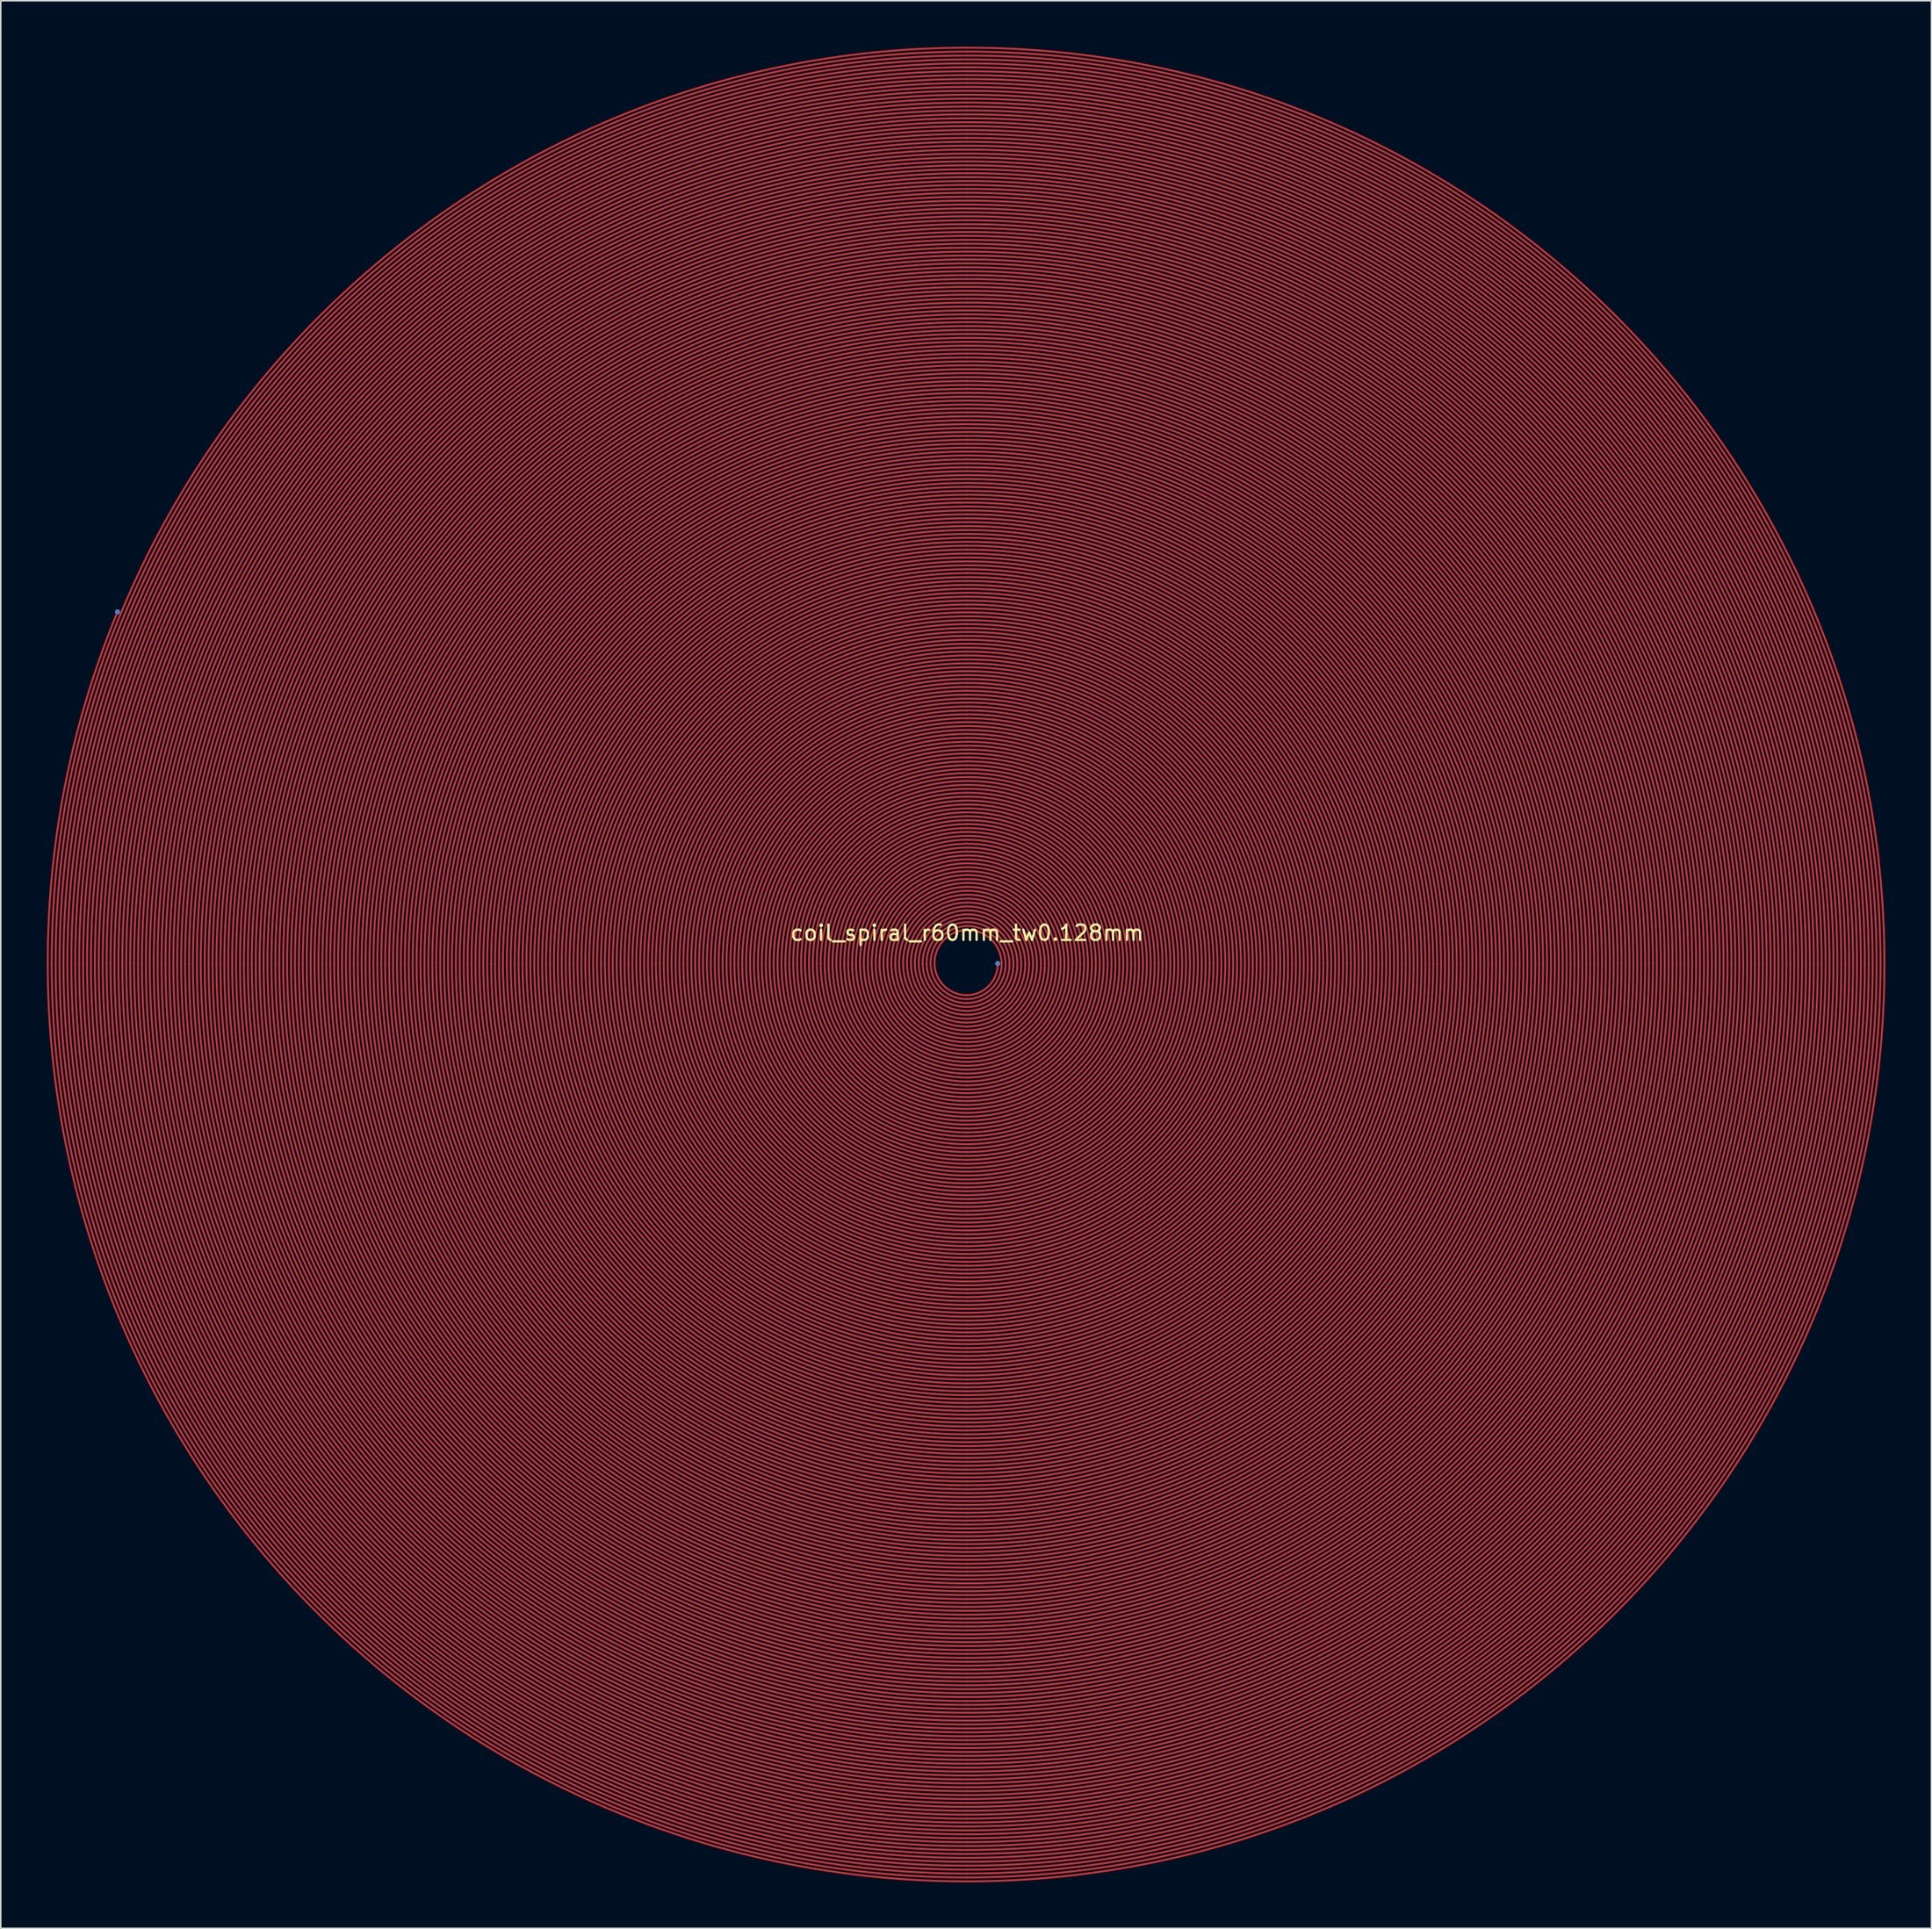
<source format=kicad_pcb>
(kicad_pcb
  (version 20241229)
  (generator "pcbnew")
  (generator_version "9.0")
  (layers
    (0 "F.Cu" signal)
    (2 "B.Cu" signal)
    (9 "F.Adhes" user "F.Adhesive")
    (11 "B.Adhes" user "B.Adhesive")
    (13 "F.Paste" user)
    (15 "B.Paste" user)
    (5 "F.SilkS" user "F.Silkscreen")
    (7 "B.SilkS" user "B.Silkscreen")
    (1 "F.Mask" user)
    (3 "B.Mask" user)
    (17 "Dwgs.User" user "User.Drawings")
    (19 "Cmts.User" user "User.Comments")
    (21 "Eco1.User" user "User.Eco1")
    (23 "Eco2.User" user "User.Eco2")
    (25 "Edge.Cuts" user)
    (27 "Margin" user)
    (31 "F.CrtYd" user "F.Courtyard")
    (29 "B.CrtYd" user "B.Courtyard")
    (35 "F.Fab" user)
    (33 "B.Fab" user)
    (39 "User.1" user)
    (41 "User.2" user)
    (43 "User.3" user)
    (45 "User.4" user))
  (footprint "coil_spiral_r60mm_tw0.128mm"
    (layer "F.Cu")
    (at 60.051 59.856)
    (property "Reference" "coil_spiral_r60mm_tw0.128mm" (at 0 -2 0) (layer "F.SilkS") (effects (font (size 1 1) (thickness 0.15))))
    (attr through_hole)
    (fp_arc (start -59.728 0) (mid -42.247335 -42.26608) (end 0 -59.792) (stroke (width 0.128) (type solid)) (layer "F.Cu"))
    (fp_arc (start -59.472 0) (mid -42.066315 -42.085061) (end 0 -59.536) (stroke (width 0.128) (type solid)) (layer "F.Cu"))
    (fp_arc (start -59.216 0) (mid -41.885297 -41.904041) (end -0.000001 -59.28) (stroke (width 0.128) (type solid)) (layer "F.Cu"))
    (fp_arc (start -58.96 0) (mid -41.704277 -41.723022) (end 0 -59.024) (stroke (width 0.128) (type solid)) (layer "F.Cu"))
    (fp_arc (start -58.704 0) (mid -41.523257 -41.542003) (end 0 -58.768) (stroke (width 0.128) (type solid)) (layer "F.Cu"))
    (fp_arc (start -58.448 0) (mid -41.342238 -41.360983) (end 0 -58.512) (stroke (width 0.128) (type solid)) (layer "F.Cu"))
    (fp_arc (start -58.192 0) (mid -41.161218 -41.179964) (end 0.000001 -58.256) (stroke (width 0.128) (type solid)) (layer "F.Cu"))
    (fp_arc (start -57.936 0) (mid -40.980199 -40.998945) (end 0 -58) (stroke (width 0.128) (type solid)) (layer "F.Cu"))
    (fp_arc (start -57.68 0) (mid -40.79918 -40.817926) (end 0.000001 -57.744) (stroke (width 0.128) (type solid)) (layer "F.Cu"))
    (fp_arc (start -57.424 0) (mid -40.618161 -40.636906) (end -0.000001 -57.488) (stroke (width 0.128) (type solid)) (layer "F.Cu"))
    (fp_arc (start -57.168 0) (mid -40.437142 -40.455887) (end -0.000001 -57.232) (stroke (width 0.128) (type solid)) (layer "F.Cu"))
    (fp_arc (start -56.912 0) (mid -40.256122 -40.274868) (end 0 -56.976) (stroke (width 0.128) (type solid)) (layer "F.Cu"))
    (fp_arc (start -56.656 0) (mid -40.075103 -40.093848) (end 0 -56.72) (stroke (width 0.128) (type solid)) (layer "F.Cu"))
    (fp_arc (start -56.4 0) (mid -39.894084 -39.912829) (end -0.000001 -56.464) (stroke (width 0.128) (type solid)) (layer "F.Cu"))
    (fp_arc (start -56.144 0) (mid -39.713064 -39.73181) (end 0 -56.208) (stroke (width 0.128) (type solid)) (layer "F.Cu"))
    (fp_arc (start -55.888 0) (mid -39.532045 -39.55079) (end 0 -55.952) (stroke (width 0.128) (type solid)) (layer "F.Cu"))
    (fp_arc (start -55.632 0) (mid -39.351025 -39.369771) (end 0.000001 -55.696) (stroke (width 0.128) (type solid)) (layer "F.Cu"))
    (fp_arc (start -55.376 0) (mid -39.170006 -39.188752) (end 0 -55.44) (stroke (width 0.128) (type solid)) (layer "F.Cu"))
    (fp_arc (start -55.12 0) (mid -38.988987 -39.007733) (end 0.000001 -55.184) (stroke (width 0.128) (type solid)) (layer "F.Cu"))
    (fp_arc (start -54.864 0) (mid -38.807968 -38.826713) (end -0.000001 -54.928) (stroke (width 0.128) (type solid)) (layer "F.Cu"))
    (fp_arc (start -54.608 0) (mid -38.626949 -38.645693) (end -0.000001 -54.672) (stroke (width 0.128) (type solid)) (layer "F.Cu"))
    (fp_arc (start -54.352 0) (mid -38.445929 -38.464675) (end 0 -54.416) (stroke (width 0.128) (type solid)) (layer "F.Cu"))
    (fp_arc (start -54.096 0) (mid -38.26491 -38.283655) (end -0.000001 -54.16) (stroke (width 0.128) (type solid)) (layer "F.Cu"))
    (fp_arc (start -53.84 0) (mid -38.083891 -38.102636) (end 0 -53.904) (stroke (width 0.128) (type solid)) (layer "F.Cu"))
    (fp_arc (start -53.584 0) (mid -37.902871 -37.921617) (end 0 -53.648) (stroke (width 0.128) (type solid)) (layer "F.Cu"))
    (fp_arc (start -53.328 0) (mid -37.721852 -37.740598) (end 0.000001 -53.392) (stroke (width 0.128) (type solid)) (layer "F.Cu"))
    (fp_arc (start -53.072 0) (mid -37.540833 -37.559578) (end 0 -53.136) (stroke (width 0.128) (type solid)) (layer "F.Cu"))
    (fp_arc (start -52.816 0) (mid -37.359813 -37.378559) (end 0.000001 -52.88) (stroke (width 0.128) (type solid)) (layer "F.Cu"))
    (fp_arc (start -52.56 0) (mid -37.178794 -37.197539) (end 0 -52.623999) (stroke (width 0.128) (type solid)) (layer "F.Cu"))
    (fp_arc (start -52.304 0) (mid -36.997775 -37.01652) (end -0.000001 -52.368) (stroke (width 0.128) (type solid)) (layer "F.Cu"))
    (fp_arc (start -52.048 0) (mid -36.816756 -36.8355) (end -0.000001 -52.112) (stroke (width 0.128) (type solid)) (layer "F.Cu"))
    (fp_arc (start -51.792 0) (mid -36.635736 -36.654481) (end 0 -51.856) (stroke (width 0.128) (type solid)) (layer "F.Cu"))
    (fp_arc (start -51.536 0) (mid -36.454717 -36.473462) (end 0 -51.6) (stroke (width 0.128) (type solid)) (layer "F.Cu"))
    (fp_arc (start -51.28 0) (mid -36.273698 -36.292443) (end 0 -51.344) (stroke (width 0.128) (type solid)) (layer "F.Cu"))
    (fp_arc (start -51.024 0) (mid -36.092678 -36.111423) (end 0 -51.088) (stroke (width 0.128) (type solid)) (layer "F.Cu"))
    (fp_arc (start -50.768 0) (mid -35.911659 -35.930404) (end 0.000001 -50.832) (stroke (width 0.128) (type solid)) (layer "F.Cu"))
    (fp_arc (start -50.512 0) (mid -35.730639 -35.749385) (end 0.000001 -50.576) (stroke (width 0.128) (type solid)) (layer "F.Cu"))
    (fp_arc (start -50.256 0) (mid -35.549621 -35.568365) (end -0.000001 -50.32) (stroke (width 0.128) (type solid)) (layer "F.Cu"))
    (fp_arc (start -50 0) (mid -35.368601 -35.387346) (end 0 -50.064) (stroke (width 0.128) (type solid)) (layer "F.Cu"))
    (fp_arc (start -49.744 0) (mid -35.187582 -35.206327) (end 0 -49.808) (stroke (width 0.128) (type solid)) (layer "F.Cu"))
    (fp_arc (start -49.488 0) (mid -35.006563 -35.025308) (end 0 -49.552) (stroke (width 0.128) (type solid)) (layer "F.Cu"))
    (fp_arc (start -49.232 0) (mid -34.825543 -34.844288) (end 0 -49.296) (stroke (width 0.128) (type solid)) (layer "F.Cu"))
    (fp_arc (start -48.976 0) (mid -34.644524 -34.663269) (end 0 -49.04) (stroke (width 0.128) (type solid)) (layer "F.Cu"))
    (fp_arc (start -48.72 0) (mid -34.463504 -34.48225) (end 0.000001 -48.784) (stroke (width 0.128) (type solid)) (layer "F.Cu"))
    (fp_arc (start -48.464 0) (mid -34.282485 -34.30123) (end 0 -48.527999) (stroke (width 0.128) (type solid)) (layer "F.Cu"))
    (fp_arc (start -48.208 0) (mid -34.101467 -34.120211) (end -0.000001 -48.272) (stroke (width 0.128) (type solid)) (layer "F.Cu"))
    (fp_arc (start -47.952 0) (mid -33.920447 -33.939192) (end 0 -48.016) (stroke (width 0.128) (type solid)) (layer "F.Cu"))
    (fp_arc (start -47.696 0) (mid -33.739427 -33.758173) (end 0 -47.76) (stroke (width 0.128) (type solid)) (layer "F.Cu"))
    (fp_arc (start -47.44 0) (mid -33.558408 -33.577153) (end 0 -47.504) (stroke (width 0.128) (type solid)) (layer "F.Cu"))
    (fp_arc (start -47.184 0) (mid -33.377388 -33.396134) (end 0.000001 -47.248) (stroke (width 0.128) (type solid)) (layer "F.Cu"))
    (fp_arc (start -46.928 0) (mid -33.196369 -33.215115) (end 0 -46.992) (stroke (width 0.128) (type solid)) (layer "F.Cu"))
    (fp_arc (start -46.672 0) (mid -33.01535 -33.034096) (end 0.000001 -46.736) (stroke (width 0.128) (type solid)) (layer "F.Cu"))
    (fp_arc (start -46.416 0) (mid -32.834331 -32.853076) (end 0 -46.48) (stroke (width 0.128) (type solid)) (layer "F.Cu"))
    (fp_arc (start -46.16 0) (mid -32.653312 -32.672057) (end -0.000001 -46.224) (stroke (width 0.128) (type solid)) (layer "F.Cu"))
    (fp_arc (start -45.904 0) (mid -32.472292 -32.491038) (end 0 -45.968) (stroke (width 0.128) (type solid)) (layer "F.Cu"))
    (fp_arc (start -45.648 0) (mid -32.291273 -32.310018) (end 0 -45.712) (stroke (width 0.128) (type solid)) (layer "F.Cu"))
    (fp_arc (start -45.392 0) (mid -32.110253 -32.128999) (end 0.000001 -45.456) (stroke (width 0.128) (type solid)) (layer "F.Cu"))
    (fp_arc (start -45.136 0) (mid -31.929234 -31.94798) (end 0 -45.2) (stroke (width 0.128) (type solid)) (layer "F.Cu"))
    (fp_arc (start -44.88 0) (mid -31.748216 -31.76696) (end -0.000001 -44.944) (stroke (width 0.128) (type solid)) (layer "F.Cu"))
    (fp_arc (start -44.624 0) (mid -31.567196 -31.585941) (end -0.000001 -44.688) (stroke (width 0.128) (type solid)) (layer "F.Cu"))
    (fp_arc (start -44.368 0) (mid -31.386177 -31.404922) (end 0 -44.432) (stroke (width 0.128) (type solid)) (layer "F.Cu"))
    (fp_arc (start -44.112 0) (mid -31.205157 -31.223903) (end 0 -44.176) (stroke (width 0.128) (type solid)) (layer "F.Cu"))
    (fp_arc (start -43.856 0) (mid -31.024138 -31.042884) (end 0.000001 -43.92) (stroke (width 0.128) (type solid)) (layer "F.Cu"))
    (fp_arc (start -43.6 0) (mid -30.843119 -30.861864) (end 0 -43.664) (stroke (width 0.128) (type solid)) (layer "F.Cu"))
    (fp_arc (start -43.344 0) (mid -30.662099 -30.680844) (end 0 -43.407999) (stroke (width 0.128) (type solid)) (layer "F.Cu"))
    (fp_arc (start -43.088 0) (mid -30.481081 -30.499825) (end -0.000001 -43.152) (stroke (width 0.128) (type solid)) (layer "F.Cu"))
    (fp_arc (start -42.832 0) (mid -30.300061 -30.318806) (end 0 -42.896) (stroke (width 0.128) (type solid)) (layer "F.Cu"))
    (fp_arc (start -42.576 0) (mid -30.119042 -30.137787) (end 0 -42.64) (stroke (width 0.128) (type solid)) (layer "F.Cu"))
    (fp_arc (start -42.32 0) (mid -29.938022 -29.956767) (end 0 -42.384) (stroke (width 0.128) (type solid)) (layer "F.Cu"))
    (fp_arc (start -42.064 0) (mid -29.757003 -29.775749) (end 0.000001 -42.128) (stroke (width 0.128) (type solid)) (layer "F.Cu"))
    (fp_arc (start -41.808 0) (mid -29.575984 -29.594729) (end -0.000001 -41.872) (stroke (width 0.128) (type solid)) (layer "F.Cu"))
    (fp_arc (start -41.552 0) (mid -29.394965 -29.41371) (end 0 -41.616) (stroke (width 0.128) (type solid)) (layer "F.Cu"))
    (fp_arc (start -41.296 0) (mid -29.213945 -29.23269) (end 0 -41.36) (stroke (width 0.128) (type solid)) (layer "F.Cu"))
    (fp_arc (start -41.04 0) (mid -29.032926 -29.051671) (end 0 -41.104) (stroke (width 0.128) (type solid)) (layer "F.Cu"))
    (fp_arc (start -40.784 0) (mid -28.851906 -28.870652) (end 0.000001 -40.848) (stroke (width 0.128) (type solid)) (layer "F.Cu"))
    (fp_arc (start -40.528 0) (mid -28.670887 -28.689633) (end 0.000001 -40.592) (stroke (width 0.128) (type solid)) (layer "F.Cu"))
    (fp_arc (start -40.272 0) (mid -28.489869 -28.508613) (end -0.000001 -40.336) (stroke (width 0.128) (type solid)) (layer "F.Cu"))
    (fp_arc (start -40.016 0) (mid -28.308849 -28.327594) (end 0 -40.08) (stroke (width 0.128) (type solid)) (layer "F.Cu"))
    (fp_arc (start -39.76 0) (mid -28.12783 -28.146575) (end 0 -39.824) (stroke (width 0.128) (type solid)) (layer "F.Cu"))
    (fp_arc (start -39.504 0) (mid -27.94681 -27.965556) (end 0.000001 -39.568) (stroke (width 0.128) (type solid)) (layer "F.Cu"))
    (fp_arc (start -39.248 0) (mid -27.765791 -27.784536) (end 0.000001 -39.312) (stroke (width 0.128) (type solid)) (layer "F.Cu"))
    (fp_arc (start -38.992 0) (mid -27.584772 -27.603517) (end -0.000001 -39.056) (stroke (width 0.128) (type solid)) (layer "F.Cu"))
    (fp_arc (start -38.736 0) (mid -27.403753 -27.422498) (end 0 -38.8) (stroke (width 0.128) (type solid)) (layer "F.Cu"))
    (fp_arc (start -38.48 0) (mid -27.222733 -27.241479) (end 0.000001 -38.544) (stroke (width 0.128) (type solid)) (layer "F.Cu"))
    (fp_arc (start -38.224 0) (mid -27.041713 -27.060459) (end 0.000001 -38.288) (stroke (width 0.128) (type solid)) (layer "F.Cu"))
    (fp_arc (start -37.968 0) (mid -26.860695 -26.87944) (end -0.000001 -38.032) (stroke (width 0.128) (type solid)) (layer "F.Cu"))
    (fp_arc (start -37.712 0) (mid -26.679676 -26.69842) (end -0.000001 -37.776) (stroke (width 0.128) (type solid)) (layer "F.Cu"))
    (fp_arc (start -37.456 0) (mid -26.498656 -26.517401) (end 0 -37.52) (stroke (width 0.128) (type solid)) (layer "F.Cu"))
    (fp_arc (start -37.2 0) (mid -26.317637 -26.336382) (end 0 -37.264) (stroke (width 0.128) (type solid)) (layer "F.Cu"))
    (fp_arc (start -36.944 0) (mid -26.136617 -26.155363) (end 0.000001 -37.008) (stroke (width 0.128) (type solid)) (layer "F.Cu"))
    (fp_arc (start -36.688 0) (mid -25.955599 -25.974343) (end -0.000001 -36.752) (stroke (width 0.128) (type solid)) (layer "F.Cu"))
    (fp_arc (start -36.432 0) (mid -25.774579 -25.793324) (end 0 -36.496) (stroke (width 0.128) (type solid)) (layer "F.Cu"))
    (fp_arc (start -36.176 0) (mid -25.59356 -25.612305) (end 0 -36.24) (stroke (width 0.128) (type solid)) (layer "F.Cu"))
    (fp_arc (start -35.92 0) (mid -25.41254 -25.431286) (end 0.000001 -35.984) (stroke (width 0.128) (type solid)) (layer "F.Cu"))
    (fp_arc (start -35.664 0) (mid -25.231522 -25.250266) (end -0.000001 -35.728) (stroke (width 0.128) (type solid)) (layer "F.Cu"))
    (fp_arc (start -35.408 0) (mid -25.050502 -25.069247) (end 0 -35.472) (stroke (width 0.128) (type solid)) (layer "F.Cu"))
    (fp_arc (start -35.152 0) (mid -24.869483 -24.888228) (end 0 -35.216) (stroke (width 0.128) (type solid)) (layer "F.Cu"))
    (fp_arc (start -34.896 0) (mid -24.688463 -24.707209) (end 0.000001 -34.96) (stroke (width 0.128) (type solid)) (layer "F.Cu"))
    (fp_arc (start -34.64 0) (mid -24.507445 -24.526189) (end -0.000001 -34.704) (stroke (width 0.128) (type solid)) (layer "F.Cu"))
    (fp_arc (start -34.384 0) (mid -24.326425 -24.34517) (end 0 -34.448) (stroke (width 0.128) (type solid)) (layer "F.Cu"))
    (fp_arc (start -34.128 0) (mid -24.145406 -24.164151) (end 0 -34.192) (stroke (width 0.128) (type solid)) (layer "F.Cu"))
    (fp_arc (start -33.872 0) (mid -23.964386 -23.983132) (end 0.000001 -33.936) (stroke (width 0.128) (type solid)) (layer "F.Cu"))
    (fp_arc (start -33.616 0) (mid -23.783368 -23.802112) (end -0.000001 -33.68) (stroke (width 0.128) (type solid)) (layer "F.Cu"))
    (fp_arc (start -33.36 0) (mid -23.602348 -23.621093) (end 0 -33.424) (stroke (width 0.128) (type solid)) (layer "F.Cu"))
    (fp_arc (start -33.104 0) (mid -23.421328 -23.440074) (end 0.000001 -33.168) (stroke (width 0.128) (type solid)) (layer "F.Cu"))
    (fp_arc (start -32.848 0) (mid -23.24031 -23.259054) (end -0.000001 -32.912) (stroke (width 0.128) (type solid)) (layer "F.Cu"))
    (fp_arc (start -32.592 0) (mid -23.05929 -23.078035) (end 0 -32.656) (stroke (width 0.128) (type solid)) (layer "F.Cu"))
    (fp_arc (start -32.336 0) (mid -22.878271 -22.897016) (end 0 -32.4) (stroke (width 0.128) (type solid)) (layer "F.Cu"))
    (fp_arc (start -32.08 0) (mid -22.697251 -22.715996) (end 0 -32.143999) (stroke (width 0.128) (type solid)) (layer "F.Cu"))
    (fp_arc (start -31.824 0) (mid -22.516232 -22.534978) (end 0 -31.888) (stroke (width 0.128) (type solid)) (layer "F.Cu"))
    (fp_arc (start -31.568 0) (mid -22.335213 -22.353958) (end 0 -31.632) (stroke (width 0.128) (type solid)) (layer "F.Cu"))
    (fp_arc (start -31.312 0) (mid -22.154193 -22.172939) (end 0.000001 -31.376) (stroke (width 0.128) (type solid)) (layer "F.Cu"))
    (fp_arc (start -31.056 0) (mid -21.973175 -21.99192) (end 0 -31.12) (stroke (width 0.128) (type solid)) (layer "F.Cu"))
    (fp_arc (start -30.8 0) (mid -21.792155 -21.810901) (end 0 -30.864) (stroke (width 0.128) (type solid)) (layer "F.Cu"))
    (fp_arc (start -30.544 0) (mid -21.611136 -21.629882) (end 0.000001 -30.608) (stroke (width 0.128) (type solid)) (layer "F.Cu"))
    (fp_arc (start -30.288 0) (mid -21.430117 -21.448862) (end -0.000001 -30.352) (stroke (width 0.128) (type solid)) (layer "F.Cu"))
    (fp_arc (start -30.032 0) (mid -21.249098 -21.267843) (end 0 -30.096) (stroke (width 0.128) (type solid)) (layer "F.Cu"))
    (fp_arc (start -29.776 0) (mid -21.068078 -21.086823) (end 0 -29.839999) (stroke (width 0.128) (type solid)) (layer "F.Cu"))
    (fp_arc (start -29.52 0) (mid -20.887059 -20.905805) (end 0 -29.584) (stroke (width 0.128) (type solid)) (layer "F.Cu"))
    (fp_arc (start -29.264 0) (mid -20.70604 -20.724785) (end 0 -29.328) (stroke (width 0.128) (type solid)) (layer "F.Cu"))
    (fp_arc (start -29.008 0) (mid -20.525021 -20.543766) (end -0.000001 -29.072) (stroke (width 0.128) (type solid)) (layer "F.Cu"))
    (fp_arc (start -28.752 0) (mid -20.344002 -20.362747) (end 0 -28.816) (stroke (width 0.128) (type solid)) (layer "F.Cu"))
    (fp_arc (start -28.496 0) (mid -20.162982 -20.181728) (end 0.000001 -28.56) (stroke (width 0.128) (type solid)) (layer "F.Cu"))
    (fp_arc (start -28.24 0) (mid -19.981964 -20.000708) (end -0.000001 -28.304) (stroke (width 0.128) (type solid)) (layer "F.Cu"))
    (fp_arc (start -27.984 0) (mid -19.800944 -19.819689) (end 0 -28.048) (stroke (width 0.128) (type solid)) (layer "F.Cu"))
    (fp_arc (start -27.728 0) (mid -19.619925 -19.638669) (end 0 -27.791999) (stroke (width 0.128) (type solid)) (layer "F.Cu"))
    (fp_arc (start -27.472 0) (mid -19.438906 -19.457651) (end 0 -27.536) (stroke (width 0.128) (type solid)) (layer "F.Cu"))
    (fp_arc (start -27.216 0) (mid -19.257886 -19.276632) (end 0.000001 -27.28) (stroke (width 0.128) (type solid)) (layer "F.Cu"))
    (fp_arc (start -26.96 0) (mid -19.076868 -19.095612) (end -0.000001 -27.024) (stroke (width 0.128) (type solid)) (layer "F.Cu"))
    (fp_arc (start -26.704 0) (mid -18.895848 -18.914593) (end 0 -26.768) (stroke (width 0.128) (type solid)) (layer "F.Cu"))
    (fp_arc (start -26.448 0) (mid -18.714829 -18.733574) (end -0.000001 -26.512) (stroke (width 0.128) (type solid)) (layer "F.Cu"))
    (fp_arc (start -26.192 0) (mid -18.533809 -18.552555) (end 0 -26.256) (stroke (width 0.128) (type solid)) (layer "F.Cu"))
    (fp_arc (start -25.936 0) (mid -18.352791 -18.371535) (end -0.000001 -26) (stroke (width 0.128) (type solid)) (layer "F.Cu"))
    (fp_arc (start -25.68 0) (mid -18.171771 -18.190516) (end 0 -25.744) (stroke (width 0.128) (type solid)) (layer "F.Cu"))
    (fp_arc (start -25.424 0) (mid -17.990752 -18.009497) (end 0 -25.487999) (stroke (width 0.128) (type solid)) (layer "F.Cu"))
    (fp_arc (start -25.168 0) (mid -17.809733 -17.828478) (end 0 -25.232) (stroke (width 0.128) (type solid)) (layer "F.Cu"))
    (fp_arc (start -24.912 0) (mid -17.628713 -17.647458) (end 0 -24.975999) (stroke (width 0.128) (type solid)) (layer "F.Cu"))
    (fp_arc (start -24.656 0) (mid -17.447694 -17.466439) (end 0 -24.72) (stroke (width 0.128) (type solid)) (layer "F.Cu"))
    (fp_arc (start -24.4 0) (mid -17.266676 -17.28542) (end -0.000001 -24.464) (stroke (width 0.128) (type solid)) (layer "F.Cu"))
    (fp_arc (start -24.144 0) (mid -17.085656 -17.104401) (end 0 -24.208) (stroke (width 0.128) (type solid)) (layer "F.Cu"))
    (fp_arc (start -23.888 0) (mid -16.904637 -16.923382) (end 0 -23.952) (stroke (width 0.128) (type solid)) (layer "F.Cu"))
    (fp_arc (start -23.632 0) (mid -16.723618 -16.742363) (end 0 -23.696) (stroke (width 0.128) (type solid)) (layer "F.Cu"))
    (fp_arc (start -23.376 0) (mid -16.542599 -16.561344) (end 0 -23.44) (stroke (width 0.128) (type solid)) (layer "F.Cu"))
    (fp_arc (start -23.12 0) (mid -16.361579 -16.380325) (end 0.000001 -23.184) (stroke (width 0.128) (type solid)) (layer "F.Cu"))
    (fp_arc (start -22.864 0) (mid -16.18056 -16.199305) (end 0 -22.928) (stroke (width 0.128) (type solid)) (layer "F.Cu"))
    (fp_arc (start -22.608 0) (mid -15.999541 -16.018286) (end -0.000001 -22.672) (stroke (width 0.128) (type solid)) (layer "F.Cu"))
    (fp_arc (start -22.352 0) (mid -15.818521 -15.837267) (end 0.000001 -22.416) (stroke (width 0.128) (type solid)) (layer "F.Cu"))
    (fp_arc (start -22.096 0) (mid -15.637503 -15.656248) (end 0 -22.16) (stroke (width 0.128) (type solid)) (layer "F.Cu"))
    (fp_arc (start -21.84 0) (mid -15.456483 -15.475228) (end 0 -21.903999) (stroke (width 0.128) (type solid)) (layer "F.Cu"))
    (fp_arc (start -21.584 0) (mid -15.275464 -15.29421) (end 0 -21.648) (stroke (width 0.128) (type solid)) (layer "F.Cu"))
    (fp_arc (start -21.328 0) (mid -15.094445 -15.11319) (end 0 -21.392) (stroke (width 0.128) (type solid)) (layer "F.Cu"))
    (fp_arc (start -21.072 0) (mid -14.913426 -14.932171) (end 0 -21.135999) (stroke (width 0.128) (type solid)) (layer "F.Cu"))
    (fp_arc (start -20.816 0) (mid -14.732407 -14.751152) (end 0.000001 -20.88) (stroke (width 0.128) (type solid)) (layer "F.Cu"))
    (fp_arc (start -20.56 0) (mid -14.551388 -14.570133) (end 0 -20.624) (stroke (width 0.128) (type solid)) (layer "F.Cu"))
    (fp_arc (start -20.304 0) (mid -14.370369 -14.389114) (end 0 -20.368) (stroke (width 0.128) (type solid)) (layer "F.Cu"))
    (fp_arc (start -20.048 0) (mid -14.189349 -14.208094) (end 0 -20.111999) (stroke (width 0.128) (type solid)) (layer "F.Cu"))
    (fp_arc (start -19.792 0) (mid -14.00833 -14.027076) (end 0.000001 -19.856) (stroke (width 0.128) (type solid)) (layer "F.Cu"))
    (fp_arc (start -19.536 0) (mid -13.827311 -13.846057) (end 0 -19.6) (stroke (width 0.128) (type solid)) (layer "F.Cu"))
    (fp_arc (start -19.28 0) (mid -13.646292 -13.665038) (end 0 -19.344) (stroke (width 0.128) (type solid)) (layer "F.Cu"))
    (fp_arc (start -19.024 0) (mid -13.465273 -13.484019) (end 0 -19.088) (stroke (width 0.128) (type solid)) (layer "F.Cu"))
    (fp_arc (start -18.768 0) (mid -13.284254 -13.302999) (end 0 -18.832) (stroke (width 0.128) (type solid)) (layer "F.Cu"))
    (fp_arc (start -18.512 0) (mid -13.103236 -13.12198) (end -0.000001 -18.576) (stroke (width 0.128) (type solid)) (layer "F.Cu"))
    (fp_arc (start -18.256 0) (mid -12.922216 -12.940961) (end 0 -18.319999) (stroke (width 0.128) (type solid)) (layer "F.Cu"))
    (fp_arc (start -18 0) (mid -12.741197 -12.759942) (end 0 -18.063999) (stroke (width 0.128) (type solid)) (layer "F.Cu"))
    (fp_arc (start -17.744 0) (mid -12.560178 -12.578923) (end 0 -17.807999) (stroke (width 0.128) (type solid)) (layer "F.Cu"))
    (fp_arc (start -17.488 0) (mid -12.379159 -12.397904) (end 0 -17.551999) (stroke (width 0.128) (type solid)) (layer "F.Cu"))
    (fp_arc (start -17.232 0) (mid -12.19814 -12.216885) (end 0 -17.295999) (stroke (width 0.128) (type solid)) (layer "F.Cu"))
    (fp_arc (start -16.976 0) (mid -12.017121 -12.035866) (end -0.000001 -17.04) (stroke (width 0.128) (type solid)) (layer "F.Cu"))
    (fp_arc (start -16.72 0) (mid -11.836102 -11.854847) (end 0 -16.784) (stroke (width 0.128) (type solid)) (layer "F.Cu"))
    (fp_arc (start -16.464 0) (mid -11.655083 -11.673828) (end 0 -16.528) (stroke (width 0.128) (type solid)) (layer "F.Cu"))
    (fp_arc (start -16.208 0) (mid -11.474064 -11.492809) (end 0 -16.272) (stroke (width 0.128) (type solid)) (layer "F.Cu"))
    (fp_arc (start -15.952 0) (mid -11.293045 -11.31179) (end 0.000001 -16.016) (stroke (width 0.128) (type solid)) (layer "F.Cu"))
    (fp_arc (start -15.696 0) (mid -11.112026 -11.130771) (end 0 -15.759999) (stroke (width 0.128) (type solid)) (layer "F.Cu"))
    (fp_arc (start -15.44 0) (mid -10.931007 -10.949752) (end 0 -15.504) (stroke (width 0.128) (type solid)) (layer "F.Cu"))
    (fp_arc (start -15.184 0) (mid -10.749988 -10.768734) (end 0.000001 -15.248) (stroke (width 0.128) (type solid)) (layer "F.Cu"))
    (fp_arc (start -14.928 0) (mid -10.568969 -10.587714) (end 0 -14.991999) (stroke (width 0.128) (type solid)) (layer "F.Cu"))
    (fp_arc (start -14.672 0) (mid -10.38795 -10.406695) (end 0 -14.736) (stroke (width 0.128) (type solid)) (layer "F.Cu"))
    (fp_arc (start -14.416 0) (mid -10.206931 -10.225676) (end 0 -14.479999) (stroke (width 0.128) (type solid)) (layer "F.Cu"))
    (fp_arc (start -14.16 0) (mid -10.025912 -10.044658) (end 0 -14.224) (stroke (width 0.128) (type solid)) (layer "F.Cu"))
    (fp_arc (start -13.904 0) (mid -9.844893 -9.863638) (end 0 -13.967999) (stroke (width 0.128) (type solid)) (layer "F.Cu"))
    (fp_arc (start -13.648 0) (mid -9.663875 -9.68262) (end 0 -13.711999) (stroke (width 0.128) (type solid)) (layer "F.Cu"))
    (fp_arc (start -13.392 0) (mid -9.482856 -9.501601) (end 0 -13.456) (stroke (width 0.128) (type solid)) (layer "F.Cu"))
    (fp_arc (start -13.136 0) (mid -9.301837 -9.320582) (end 0 -13.2) (stroke (width 0.128) (type solid)) (layer "F.Cu"))
    (fp_arc (start -12.88 0) (mid -9.120818 -9.139563) (end 0.000001 -12.943999) (stroke (width 0.128) (type solid)) (layer "F.Cu"))
    (fp_arc (start -12.624 0) (mid -8.939799 -8.958544) (end 0 -12.687999) (stroke (width 0.128) (type solid)) (layer "F.Cu"))
    (fp_arc (start -12.368 0) (mid -8.758781 -8.777525) (end 0 -12.432) (stroke (width 0.128) (type solid)) (layer "F.Cu"))
    (fp_arc (start -12.112 0) (mid -8.577763 -8.596507) (end -0.000001 -12.176001) (stroke (width 0.128) (type solid)) (layer "F.Cu"))
    (fp_arc (start -11.856 0) (mid -8.396743 -8.415489) (end 0 -11.920001) (stroke (width 0.128) (type solid)) (layer "F.Cu"))
    (fp_arc (start -11.6 0) (mid -8.215725 -8.23447) (end 0 -11.664) (stroke (width 0.128) (type solid)) (layer "F.Cu"))
    (fp_arc (start -11.344 0) (mid -8.034706 -8.053451) (end 0 -11.408) (stroke (width 0.128) (type solid)) (layer "F.Cu"))
    (fp_arc (start -11.088 0) (mid -7.853688 -7.872433) (end 0 -11.152001) (stroke (width 0.128) (type solid)) (layer "F.Cu"))
    (fp_arc (start -10.832 0) (mid -7.672668 -7.691414) (end 0.000001 -10.896) (stroke (width 0.128) (type solid)) (layer "F.Cu"))
    (fp_arc (start -10.576 0) (mid -7.49165 -7.510395) (end 0 -10.64) (stroke (width 0.128) (type solid)) (layer "F.Cu"))
    (fp_arc (start -10.32 0) (mid -7.310632 -7.329377) (end 0 -10.384) (stroke (width 0.128) (type solid)) (layer "F.Cu"))
    (fp_arc (start -10.064 0) (mid -7.129613 -7.148358) (end 0 -10.128) (stroke (width 0.128) (type solid)) (layer "F.Cu"))
    (fp_arc (start -9.808 0) (mid -6.948595 -6.96734) (end 0 -9.872) (stroke (width 0.128) (type solid)) (layer "F.Cu"))
    (fp_arc (start -9.552 0) (mid -6.767577 -6.786322) (end 0 -9.616001) (stroke (width 0.128) (type solid)) (layer "F.Cu"))
    (fp_arc (start -9.296 0) (mid -6.586558 -6.605303) (end 0 -9.36) (stroke (width 0.128) (type solid)) (layer "F.Cu"))
    (fp_arc (start -9.04 0) (mid -6.405541 -6.424285) (end -0.000001 -9.104) (stroke (width 0.128) (type solid)) (layer "F.Cu"))
    (fp_arc (start -8.784 0) (mid -6.224522 -6.243267) (end -0.000001 -8.848) (stroke (width 0.128) (type solid)) (layer "F.Cu"))
    (fp_arc (start -8.528 0) (mid -6.043504 -6.062249) (end 0 -8.592) (stroke (width 0.128) (type solid)) (layer "F.Cu"))
    (fp_arc (start -8.272 0) (mid -5.862485 -5.881231) (end 0.000001 -8.336) (stroke (width 0.128) (type solid)) (layer "F.Cu"))
    (fp_arc (start -8.016 0) (mid -5.681468 -5.700213) (end 0 -8.08) (stroke (width 0.128) (type solid)) (layer "F.Cu"))
    (fp_arc (start -7.76 0) (mid -5.50045 -5.519195) (end 0 -7.824) (stroke (width 0.128) (type solid)) (layer "F.Cu"))
    (fp_arc (start -7.504 0) (mid -5.319432 -5.338177) (end 0 -7.567999) (stroke (width 0.128) (type solid)) (layer "F.Cu"))
    (fp_arc (start -7.248 0) (mid -5.138415 -5.157159) (end 0 -7.311999) (stroke (width 0.128) (type solid)) (layer "F.Cu"))
    (fp_arc (start -6.992 0) (mid -4.957397 -4.976142) (end 0 -7.056) (stroke (width 0.128) (type solid)) (layer "F.Cu"))
    (fp_arc (start -6.736 0) (mid -4.77638 -4.795125) (end 0 -6.800001) (stroke (width 0.128) (type solid)) (layer "F.Cu"))
    (fp_arc (start -6.48 0) (mid -4.595363 -4.614107) (end 0 -6.544) (stroke (width 0.128) (type solid)) (layer "F.Cu"))
    (fp_arc (start -6.224 0) (mid -4.414346 -4.43309) (end -0.000001 -6.288) (stroke (width 0.128) (type solid)) (layer "F.Cu"))
    (fp_arc (start -5.968 0) (mid -4.233329 -4.252073) (end 0 -6.032) (stroke (width 0.128) (type solid)) (layer "F.Cu"))
    (fp_arc (start -5.712 0) (mid -4.052312 -4.071057) (end 0 -5.776) (stroke (width 0.128) (type solid)) (layer "F.Cu"))
    (fp_arc (start -5.456 0) (mid -3.871296 -3.89004) (end -0.000001 -5.52) (stroke (width 0.128) (type solid)) (layer "F.Cu"))
    (fp_arc (start -5.2 0) (mid -3.69028 -3.709024) (end -0.000001 -5.264) (stroke (width 0.128) (type solid)) (layer "F.Cu"))
    (fp_arc (start -4.944 0) (mid -3.509264 -3.528008) (end 0 -5.008) (stroke (width 0.128) (type solid)) (layer "F.Cu"))
    (fp_arc (start -4.688 0) (mid -3.328249 -3.346993) (end 0 -4.752) (stroke (width 0.128) (type solid)) (layer "F.Cu"))
    (fp_arc (start -4.432 0) (mid -3.147234 -3.165978) (end 0 -4.496) (stroke (width 0.128) (type solid)) (layer "F.Cu"))
    (fp_arc (start -4.176 0) (mid -2.966219 -2.984963) (end 0 -4.239999) (stroke (width 0.128) (type solid)) (layer "F.Cu"))
    (fp_arc (start -3.92 0) (mid -2.785206 -2.803949) (end 0 -3.984) (stroke (width 0.128) (type solid)) (layer "F.Cu"))
    (fp_arc (start -3.664 0) (mid -2.604192 -2.622936) (end 0.000001 -3.728) (stroke (width 0.128) (type solid)) (layer "F.Cu"))
    (fp_arc (start -3.408 0) (mid -2.423181 -2.441924) (end -0.000001 -3.472) (stroke (width 0.128) (type solid)) (layer "F.Cu"))
    (fp_arc (start -3.152 0) (mid -2.24217 -2.260913) (end 0 -3.216) (stroke (width 0.128) (type solid)) (layer "F.Cu"))
    (fp_arc (start -2.896 0) (mid -2.061161 -2.079903) (end 0 -2.959999) (stroke (width 0.128) (type solid)) (layer "F.Cu"))
    (fp_arc (start -2.64 0) (mid -1.880154 -1.898896) (end 0 -2.704) (stroke (width 0.128) (type solid)) (layer "F.Cu"))
    (fp_arc (start -2.384 0) (mid -1.699149 -1.717891) (end 0 -2.448001) (stroke (width 0.128) (type solid)) (layer "F.Cu"))
    (fp_arc (start -2.128 0) (mid -1.518148 -1.536889) (end 0.000001 -2.192) (stroke (width 0.128) (type solid)) (layer "F.Cu"))
    (fp_arc (start 0 -59.792) (mid 42.311335 -42.29259) (end 59.856 0) (stroke (width 0.128) (type solid)) (layer "F.Cu"))
    (fp_arc (start 0 -59.536) (mid 42.130315 -42.11157) (end 59.6 0) (stroke (width 0.128) (type solid)) (layer "F.Cu"))
    (fp_arc (start 0 -59.28) (mid 41.949296 -41.930551) (end 59.344 -0.000001) (stroke (width 0.128) (type solid)) (layer "F.Cu"))
    (fp_arc (start 0 -59.024) (mid 41.768277 -41.749532) (end 59.088 0) (stroke (width 0.128) (type solid)) (layer "F.Cu"))
    (fp_arc (start 0 -58.768) (mid 41.587257 -41.568512) (end 58.832 0) (stroke (width 0.128) (type solid)) (layer "F.Cu"))
    (fp_arc (start 0 -58.512) (mid 41.406238 -41.387493) (end 58.576 0) (stroke (width 0.128) (type solid)) (layer "F.Cu"))
    (fp_arc (start 0 -58.256) (mid 41.225219 -41.206473) (end 58.32 0.000001) (stroke (width 0.128) (type solid)) (layer "F.Cu"))
    (fp_arc (start 0 -58) (mid 41.0442 -41.025454) (end 58.064 0.000001) (stroke (width 0.128) (type solid)) (layer "F.Cu"))
    (fp_arc (start 0 -57.744) (mid 40.86318 -40.844435) (end 57.808 0) (stroke (width 0.128) (type solid)) (layer "F.Cu"))
    (fp_arc (start 0 -57.488) (mid 40.68216 -40.663416) (end 57.551999 0) (stroke (width 0.128) (type solid)) (layer "F.Cu"))
    (fp_arc (start 0 -57.232) (mid 40.501141 -40.482397) (end 57.296 -0.000001) (stroke (width 0.128) (type solid)) (layer "F.Cu"))
    (fp_arc (start 0 -56.976) (mid 40.320122 -40.301377) (end 57.04 0) (stroke (width 0.128) (type solid)) (layer "F.Cu"))
    (fp_arc (start 0 -56.72) (mid 40.139103 -40.120358) (end 56.784 0) (stroke (width 0.128) (type solid)) (layer "F.Cu"))
    (fp_arc (start 0 -56.464) (mid 39.958083 -39.939339) (end 56.528 -0.000001) (stroke (width 0.128) (type solid)) (layer "F.Cu"))
    (fp_arc (start 0 -56.208) (mid 39.777064 -39.758319) (end 56.272 0) (stroke (width 0.128) (type solid)) (layer "F.Cu"))
    (fp_arc (start 0 -55.952) (mid 39.596045 -39.5773) (end 56.016 0) (stroke (width 0.128) (type solid)) (layer "F.Cu"))
    (fp_arc (start 0 -55.696) (mid 39.415026 -39.39628) (end 55.76 0.000001) (stroke (width 0.128) (type solid)) (layer "F.Cu"))
    (fp_arc (start 0 -55.44) (mid 39.234007 -39.215261) (end 55.504 0.000001) (stroke (width 0.128) (type solid)) (layer "F.Cu"))
    (fp_arc (start 0 -55.184) (mid 39.052987 -39.034242) (end 55.248 0) (stroke (width 0.128) (type solid)) (layer "F.Cu"))
    (fp_arc (start 0 -54.928) (mid 38.871967 -38.853223) (end 54.991999 0) (stroke (width 0.128) (type solid)) (layer "F.Cu"))
    (fp_arc (start 0 -54.672) (mid 38.690948 -38.672204) (end 54.736 -0.000001) (stroke (width 0.128) (type solid)) (layer "F.Cu"))
    (fp_arc (start 0 -54.416) (mid 38.509929 -38.491184) (end 54.48 0) (stroke (width 0.128) (type solid)) (layer "F.Cu"))
    (fp_arc (start 0 -54.16) (mid 38.32891 -38.310165) (end 54.224 -0.000001) (stroke (width 0.128) (type solid)) (layer "F.Cu"))
    (fp_arc (start 0 -53.904) (mid 38.147891 -38.129146) (end 53.968 0) (stroke (width 0.128) (type solid)) (layer "F.Cu"))
    (fp_arc (start 0 -53.648) (mid 37.966871 -37.948126) (end 53.712 0) (stroke (width 0.128) (type solid)) (layer "F.Cu"))
    (fp_arc (start 0 -53.392) (mid 37.785852 -37.767106) (end 53.456 0.000001) (stroke (width 0.128) (type solid)) (layer "F.Cu"))
    (fp_arc (start 0 -53.136) (mid 37.604833 -37.586088) (end 53.2 0) (stroke (width 0.128) (type solid)) (layer "F.Cu"))
    (fp_arc (start 0 -52.88) (mid 37.423814 -37.405068) (end 52.944 0.000001) (stroke (width 0.128) (type solid)) (layer "F.Cu"))
    (fp_arc (start 0 -52.624) (mid 37.242794 -37.224048) (end 52.688 0.000001) (stroke (width 0.128) (type solid)) (layer "F.Cu"))
    (fp_arc (start 0 -52.368) (mid 37.061775 -37.04303) (end 52.432 0) (stroke (width 0.128) (type solid)) (layer "F.Cu"))
    (fp_arc (start 0 -52.112) (mid 36.880755 -36.862011) (end 52.176 -0.000001) (stroke (width 0.128) (type solid)) (layer "F.Cu"))
    (fp_arc (start 0 -51.856) (mid 36.699736 -36.680991) (end 51.92 0) (stroke (width 0.128) (type solid)) (layer "F.Cu"))
    (fp_arc (start 0 -51.6) (mid 36.518717 -36.499972) (end 51.664 0) (stroke (width 0.128) (type solid)) (layer "F.Cu"))
    (fp_arc (start 0 -51.344) (mid 36.337698 -36.318952) (end 51.408 0) (stroke (width 0.128) (type solid)) (layer "F.Cu"))
    (fp_arc (start 0 -51.088) (mid 36.156678 -36.137933) (end 51.152 0) (stroke (width 0.128) (type solid)) (layer "F.Cu"))
    (fp_arc (start 0 -50.832) (mid 35.975659 -35.956913) (end 50.896 0.000001) (stroke (width 0.128) (type solid)) (layer "F.Cu"))
    (fp_arc (start 0 -50.576) (mid 35.79464 -35.775894) (end 50.64 0.000001) (stroke (width 0.128) (type solid)) (layer "F.Cu"))
    (fp_arc (start 0 -50.32) (mid 35.61362 -35.594876) (end 50.384 -0.000001) (stroke (width 0.128) (type solid)) (layer "F.Cu"))
    (fp_arc (start 0 -50.064) (mid 35.432601 -35.413856) (end 50.128 -0.000001) (stroke (width 0.128) (type solid)) (layer "F.Cu"))
    (fp_arc (start 0 -49.808) (mid 35.251582 -35.232837) (end 49.872 0) (stroke (width 0.128) (type solid)) (layer "F.Cu"))
    (fp_arc (start 0 -49.552) (mid 35.070563 -35.051817) (end 49.616 0) (stroke (width 0.128) (type solid)) (layer "F.Cu"))
    (fp_arc (start 0 -49.296) (mid 34.889543 -34.870798) (end 49.36 0) (stroke (width 0.128) (type solid)) (layer "F.Cu"))
    (fp_arc (start 0 -49.04) (mid 34.708524 -34.689778) (end 49.104 0.000001) (stroke (width 0.128) (type solid)) (layer "F.Cu"))
    (fp_arc (start 0 -48.784) (mid 34.527505 -34.508759) (end 48.848 0) (stroke (width 0.128) (type solid)) (layer "F.Cu"))
    (fp_arc (start 0 -48.528) (mid 34.346486 -34.32774) (end 48.592 0.000001) (stroke (width 0.128) (type solid)) (layer "F.Cu"))
    (fp_arc (start 0 -48.272) (mid 34.165466 -34.146721) (end 48.336 -0.000001) (stroke (width 0.128) (type solid)) (layer "F.Cu"))
    (fp_arc (start 0 -48.016) (mid 33.984446 -33.965702) (end 48.08 -0.000001) (stroke (width 0.128) (type solid)) (layer "F.Cu"))
    (fp_arc (start 0 -47.76) (mid 33.803427 -33.784682) (end 47.824 0) (stroke (width 0.128) (type solid)) (layer "F.Cu"))
    (fp_arc (start 0 -47.504) (mid 33.622408 -33.603663) (end 47.568 0) (stroke (width 0.128) (type solid)) (layer "F.Cu"))
    (fp_arc (start 0 -47.248) (mid 33.441389 -33.422644) (end 47.312 0) (stroke (width 0.128) (type solid)) (layer "F.Cu"))
    (fp_arc (start 0 -46.992) (mid 33.26037 -33.241624) (end 47.056 0.000001) (stroke (width 0.128) (type solid)) (layer "F.Cu"))
    (fp_arc (start 0 -46.736) (mid 33.079351 -33.060605) (end 46.8 0.000001) (stroke (width 0.128) (type solid)) (layer "F.Cu"))
    (fp_arc (start 0 -46.48) (mid 32.898331 -32.879586) (end 46.544 -0.000001) (stroke (width 0.128) (type solid)) (layer "F.Cu"))
    (fp_arc (start 0 -46.224) (mid 32.717311 -32.698567) (end 46.288 -0.000001) (stroke (width 0.128) (type solid)) (layer "F.Cu"))
    (fp_arc (start 0 -45.968) (mid 32.536292 -32.517547) (end 46.032 0) (stroke (width 0.128) (type solid)) (layer "F.Cu"))
    (fp_arc (start 0 -45.712) (mid 32.355273 -32.336528) (end 45.776 0) (stroke (width 0.128) (type solid)) (layer "F.Cu"))
    (fp_arc (start 0 -45.456) (mid 32.174254 -32.155509) (end 45.52 0) (stroke (width 0.128) (type solid)) (layer "F.Cu"))
    (fp_arc (start 0 -45.2) (mid 31.993234 -31.974489) (end 45.264 0) (stroke (width 0.128) (type solid)) (layer "F.Cu"))
    (fp_arc (start 0 -44.944) (mid 31.812215 -31.79347) (end 45.007999 0) (stroke (width 0.128) (type solid)) (layer "F.Cu"))
    (fp_arc (start 0 -44.688) (mid 31.631196 -31.612451) (end 44.752 -0.000001) (stroke (width 0.128) (type solid)) (layer "F.Cu"))
    (fp_arc (start 0 -44.432) (mid 31.450177 -31.431432) (end 44.496 0) (stroke (width 0.128) (type solid)) (layer "F.Cu"))
    (fp_arc (start 0 -44.176) (mid 31.269157 -31.250412) (end 44.24 0) (stroke (width 0.128) (type solid)) (layer "F.Cu"))
    (fp_arc (start 0 -43.92) (mid 31.088138 -31.069393) (end 43.984 0) (stroke (width 0.128) (type solid)) (layer "F.Cu"))
    (fp_arc (start 0 -43.664) (mid 30.907119 -30.888374) (end 43.728 0) (stroke (width 0.128) (type solid)) (layer "F.Cu"))
    (fp_arc (start 0 -43.408) (mid 30.7261 -30.707354) (end 43.472 0.000001) (stroke (width 0.128) (type solid)) (layer "F.Cu"))
    (fp_arc (start 0 -43.152) (mid 30.54508 -30.526336) (end 43.216 -0.000001) (stroke (width 0.128) (type solid)) (layer "F.Cu"))
    (fp_arc (start 0 -42.896) (mid 30.364061 -30.345316) (end 42.96 0) (stroke (width 0.128) (type solid)) (layer "F.Cu"))
    (fp_arc (start 0 -42.64) (mid 30.183042 -30.164296) (end 42.704 0) (stroke (width 0.128) (type solid)) (layer "F.Cu"))
    (fp_arc (start 0 -42.384) (mid 30.002022 -29.983277) (end 42.448 0) (stroke (width 0.128) (type solid)) (layer "F.Cu"))
    (fp_arc (start 0 -42.128) (mid 29.821003 -29.802257) (end 42.192 0.000001) (stroke (width 0.128) (type solid)) (layer "F.Cu"))
    (fp_arc (start 0 -41.872) (mid 29.639983 -29.621238) (end 41.935999 0) (stroke (width 0.128) (type solid)) (layer "F.Cu"))
    (fp_arc (start 0 -41.616) (mid 29.458965 -29.440219) (end 41.68 0) (stroke (width 0.128) (type solid)) (layer "F.Cu"))
    (fp_arc (start 0 -41.36) (mid 29.277945 -29.2592) (end 41.424 0) (stroke (width 0.128) (type solid)) (layer "F.Cu"))
    (fp_arc (start 0 -41.104) (mid 29.096926 -29.078181) (end 41.168 0) (stroke (width 0.128) (type solid)) (layer "F.Cu"))
    (fp_arc (start 0 -40.848) (mid 28.915907 -28.897161) (end 40.912 0.000001) (stroke (width 0.128) (type solid)) (layer "F.Cu"))
    (fp_arc (start 0 -40.592) (mid 28.734888 -28.716142) (end 40.656 0.000001) (stroke (width 0.128) (type solid)) (layer "F.Cu"))
    (fp_arc (start 0 -40.336) (mid 28.553868 -28.535123) (end 40.4 -0.000001) (stroke (width 0.128) (type solid)) (layer "F.Cu"))
    (fp_arc (start 0 -40.08) (mid 28.372849 -28.354104) (end 40.144 0) (stroke (width 0.128) (type solid)) (layer "F.Cu"))
    (fp_arc (start 0 -39.824) (mid 28.19183 -28.173084) (end 39.888 0) (stroke (width 0.128) (type solid)) (layer "F.Cu"))
    (fp_arc (start 0 -39.568) (mid 28.01081 -27.992065) (end 39.632 0) (stroke (width 0.128) (type solid)) (layer "F.Cu"))
    (fp_arc (start 0 -39.312) (mid 27.829791 -27.811045) (end 39.376 0.000001) (stroke (width 0.128) (type solid)) (layer "F.Cu"))
    (fp_arc (start 0 -39.056) (mid 27.648771 -27.630027) (end 39.12 -0.000001) (stroke (width 0.128) (type solid)) (layer "F.Cu"))
    (fp_arc (start 0 -38.8) (mid 27.467753 -27.449007) (end 38.864 0) (stroke (width 0.128) (type solid)) (layer "F.Cu"))
    (fp_arc (start 0 -38.544) (mid 27.286733 -27.267988) (end 38.608 0) (stroke (width 0.128) (type solid)) (layer "F.Cu"))
    (fp_arc (start 0 -38.288) (mid 27.105714 -27.086969) (end 38.352 0) (stroke (width 0.128) (type solid)) (layer "F.Cu"))
    (fp_arc (start 0 -38.032) (mid 26.924694 -26.905949) (end 38.095999 0) (stroke (width 0.128) (type solid)) (layer "F.Cu"))
    (fp_arc (start 0 -37.776) (mid 26.743675 -26.724931) (end 37.84 -0.000001) (stroke (width 0.128) (type solid)) (layer "F.Cu"))
    (fp_arc (start 0 -37.52) (mid 26.562656 -26.543911) (end 37.584 0) (stroke (width 0.128) (type solid)) (layer "F.Cu"))
    (fp_arc (start 0 -37.264) (mid 26.381637 -26.362892) (end 37.328 0) (stroke (width 0.128) (type solid)) (layer "F.Cu"))
    (fp_arc (start 0 -37.008) (mid 26.200618 -26.181872) (end 37.072 0.000001) (stroke (width 0.128) (type solid)) (layer "F.Cu"))
    (fp_arc (start 0 -36.752) (mid 26.019598 -26.000854) (end 36.816 -0.000001) (stroke (width 0.128) (type solid)) (layer "F.Cu"))
    (fp_arc (start 0 -36.496) (mid 25.838579 -25.819834) (end 36.56 0) (stroke (width 0.128) (type solid)) (layer "F.Cu"))
    (fp_arc (start 0 -36.24) (mid 25.65756 -25.638815) (end 36.304 0) (stroke (width 0.128) (type solid)) (layer "F.Cu"))
    (fp_arc (start 0 -35.984) (mid 25.476541 -25.457795) (end 36.048 0.000001) (stroke (width 0.128) (type solid)) (layer "F.Cu"))
    (fp_arc (start 0 -35.728) (mid 25.295521 -25.276777) (end 35.792 -0.000001) (stroke (width 0.128) (type solid)) (layer "F.Cu"))
    (fp_arc (start 0 -35.472) (mid 25.114502 -25.095757) (end 35.536 -0.000001) (stroke (width 0.128) (type solid)) (layer "F.Cu"))
    (fp_arc (start 0 -35.216) (mid 24.933483 -24.914738) (end 35.28 0) (stroke (width 0.128) (type solid)) (layer "F.Cu"))
    (fp_arc (start 0 -34.96) (mid 24.752464 -24.733718) (end 35.024 0.000001) (stroke (width 0.128) (type solid)) (layer "F.Cu"))
    (fp_arc (start 0 -34.704) (mid 24.571444 -24.552699) (end 34.768 -0.000001) (stroke (width 0.128) (type solid)) (layer "F.Cu"))
    (fp_arc (start 0 -34.448) (mid 24.390425 -24.37168) (end 34.512 0) (stroke (width 0.128) (type solid)) (layer "F.Cu"))
    (fp_arc (start 0 -34.192) (mid 24.209406 -24.19066) (end 34.256 0) (stroke (width 0.128) (type solid)) (layer "F.Cu"))
    (fp_arc (start 0 -33.936) (mid 24.028387 -24.009641) (end 34 0.000001) (stroke (width 0.128) (type solid)) (layer "F.Cu"))
    (fp_arc (start 0 -33.68) (mid 23.847367 -23.828622) (end 33.744 0) (stroke (width 0.128) (type solid)) (layer "F.Cu"))
    (fp_arc (start 0 -33.424) (mid 23.666348 -23.647603) (end 33.488 0) (stroke (width 0.128) (type solid)) (layer "F.Cu"))
    (fp_arc (start 0 -33.168) (mid 23.485329 -23.466583) (end 33.232 0.000001) (stroke (width 0.128) (type solid)) (layer "F.Cu"))
    (fp_arc (start 0 -32.912) (mid 23.304309 -23.285564) (end 32.975999 0) (stroke (width 0.128) (type solid)) (layer "F.Cu"))
    (fp_arc (start 0 -32.656) (mid 23.12329 -23.104545) (end 32.72 0) (stroke (width 0.128) (type solid)) (layer "F.Cu"))
    (fp_arc (start 0 -32.4) (mid 22.942271 -22.923526) (end 32.464 0) (stroke (width 0.128) (type solid)) (layer "F.Cu"))
    (fp_arc (start 0 -32.144) (mid 22.761252 -22.742506) (end 32.208 0.000001) (stroke (width 0.128) (type solid)) (layer "F.Cu"))
    (fp_arc (start 0 -31.888) (mid 22.580232 -22.561488) (end 31.952 -0.000001) (stroke (width 0.128) (type solid)) (layer "F.Cu"))
    (fp_arc (start 0 -31.632) (mid 22.399213 -22.380468) (end 31.696 0) (stroke (width 0.128) (type solid)) (layer "F.Cu"))
    (fp_arc (start 0 -31.376) (mid 22.218194 -22.199448) (end 31.44 0.000001) (stroke (width 0.128) (type solid)) (layer "F.Cu"))
    (fp_arc (start 0 -31.12) (mid 22.037174 -22.01843) (end 31.184 -0.000001) (stroke (width 0.128) (type solid)) (layer "F.Cu"))
    (fp_arc (start 0 -30.864) (mid 21.856155 -21.83741) (end 30.928 0) (stroke (width 0.128) (type solid)) (layer "F.Cu"))
    (fp_arc (start 0 -30.608) (mid 21.675136 -21.656391) (end 30.672 0.000001) (stroke (width 0.128) (type solid)) (layer "F.Cu"))
    (fp_arc (start 0 -30.352) (mid 21.494117 -21.475372) (end 30.416 -0.000001) (stroke (width 0.128) (type solid)) (layer "F.Cu"))
    (fp_arc (start 0 -30.096) (mid 21.313098 -21.294353) (end 30.16 0) (stroke (width 0.128) (type solid)) (layer "F.Cu"))
    (fp_arc (start 0 -29.84) (mid 21.132079 -21.113333) (end 29.904 0.000001) (stroke (width 0.128) (type solid)) (layer "F.Cu"))
    (fp_arc (start 0 -29.584) (mid 20.951059 -20.932315) (end 29.648 -0.000001) (stroke (width 0.128) (type solid)) (layer "F.Cu"))
    (fp_arc (start 0 -29.328) (mid 20.77004 -20.751295) (end 29.392 0) (stroke (width 0.128) (type solid)) (layer "F.Cu"))
    (fp_arc (start 0 -29.072) (mid 20.58902 -20.570275) (end 29.135999 0) (stroke (width 0.128) (type solid)) (layer "F.Cu"))
    (fp_arc (start 0 -28.816) (mid 20.408002 -20.389256) (end 28.88 0) (stroke (width 0.128) (type solid)) (layer "F.Cu"))
    (fp_arc (start 0 -28.56) (mid 20.226982 -20.208237) (end 28.624 0) (stroke (width 0.128) (type solid)) (layer "F.Cu"))
    (fp_arc (start 0 -28.304) (mid 20.045963 -20.027218) (end 28.368 -0.000001) (stroke (width 0.128) (type solid)) (layer "F.Cu"))
    (fp_arc (start 0 -28.048) (mid 19.864944 -19.846199) (end 28.112 0) (stroke (width 0.128) (type solid)) (layer "F.Cu"))
    (fp_arc (start 0 -27.792) (mid 19.683925 -19.665179) (end 27.856 0.000001) (stroke (width 0.128) (type solid)) (layer "F.Cu"))
    (fp_arc (start 0 -27.536) (mid 19.502905 -19.484161) (end 27.6 -0.000001) (stroke (width 0.128) (type solid)) (layer "F.Cu"))
    (fp_arc (start 0 -27.28) (mid 19.321887 -19.303141) (end 27.344 0.000001) (stroke (width 0.128) (type solid)) (layer "F.Cu"))
    (fp_arc (start 0 -27.024) (mid 19.140867 -19.122122) (end 27.088 -0.000001) (stroke (width 0.128) (type solid)) (layer "F.Cu"))
    (fp_arc (start 0 -26.768) (mid 18.959848 -18.941103) (end 26.832 0) (stroke (width 0.128) (type solid)) (layer "F.Cu"))
    (fp_arc (start 0 -26.512) (mid 18.778828 -18.760084) (end 26.576 -0.000001) (stroke (width 0.128) (type solid)) (layer "F.Cu"))
    (fp_arc (start 0 -26.256) (mid 18.597809 -18.579064) (end 26.32 0) (stroke (width 0.128) (type solid)) (layer "F.Cu"))
    (fp_arc (start 0 -26) (mid 18.41679 -18.398045) (end 26.063999 0) (stroke (width 0.128) (type solid)) (layer "F.Cu"))
    (fp_arc (start 0 -25.744) (mid 18.235771 -18.217026) (end 25.808 0) (stroke (width 0.128) (type solid)) (layer "F.Cu"))
    (fp_arc (start 0 -25.488) (mid 18.054752 -18.036006) (end 25.552 0.000001) (stroke (width 0.128) (type solid)) (layer "F.Cu"))
    (fp_arc (start 0 -25.232) (mid 17.873733 -17.854988) (end 25.296 0) (stroke (width 0.128) (type solid)) (layer "F.Cu"))
    (fp_arc (start 0 -24.976) (mid 17.692714 -17.673968) (end 25.04 0.000001) (stroke (width 0.128) (type solid)) (layer "F.Cu"))
    (fp_arc (start 0 -24.72) (mid 17.511694 -17.492949) (end 24.784 0) (stroke (width 0.128) (type solid)) (layer "F.Cu"))
    (fp_arc (start 0 -24.464) (mid 17.330675 -17.31193) (end 24.527999 0) (stroke (width 0.128) (type solid)) (layer "F.Cu"))
    (fp_arc (start 0 -24.208) (mid 17.149656 -17.130911) (end 24.272 0) (stroke (width 0.128) (type solid)) (layer "F.Cu"))
    (fp_arc (start 0 -23.952) (mid 16.968636 -16.949891) (end 24.015999 0) (stroke (width 0.128) (type solid)) (layer "F.Cu"))
    (fp_arc (start 0 -23.696) (mid 16.787618 -16.768872) (end 23.76 0) (stroke (width 0.128) (type solid)) (layer "F.Cu"))
    (fp_arc (start 0 -23.44) (mid 16.606598 -16.587854) (end 23.504 -0.000001) (stroke (width 0.128) (type solid)) (layer "F.Cu"))
    (fp_arc (start 0 -23.184) (mid 16.42558 -16.406834) (end 23.248 0.000001) (stroke (width 0.128) (type solid)) (layer "F.Cu"))
    (fp_arc (start 0 -22.928) (mid 16.24456 -16.225815) (end 22.992 0) (stroke (width 0.128) (type solid)) (layer "F.Cu"))
    (fp_arc (start 0 -22.672) (mid 16.06354 -16.044796) (end 22.735999 0) (stroke (width 0.128) (type solid)) (layer "F.Cu"))
    (fp_arc (start 0 -22.416) (mid 15.882522 -15.863777) (end 22.48 0) (stroke (width 0.128) (type solid)) (layer "F.Cu"))
    (fp_arc (start 0 -22.16) (mid 15.701503 -15.682758) (end 22.224 0) (stroke (width 0.128) (type solid)) (layer "F.Cu"))
    (fp_arc (start 0 -21.904) (mid 15.520484 -15.501738) (end 21.968 0.000001) (stroke (width 0.128) (type solid)) (layer "F.Cu"))
    (fp_arc (start 0 -21.648) (mid 15.339464 -15.320719) (end 21.712 0) (stroke (width 0.128) (type solid)) (layer "F.Cu"))
    (fp_arc (start 0 -21.392) (mid 15.158445 -15.1397) (end 21.456 0) (stroke (width 0.128) (type solid)) (layer "F.Cu"))
    (fp_arc (start 0 -21.136) (mid 14.977426 -14.95868) (end 21.2 0.000001) (stroke (width 0.128) (type solid)) (layer "F.Cu"))
    (fp_arc (start 0 -20.88) (mid 14.796407 -14.777662) (end 20.944 0) (stroke (width 0.128) (type solid)) (layer "F.Cu"))
    (fp_arc (start 0 -20.624) (mid 14.615388 -14.596643) (end 20.688 0) (stroke (width 0.128) (type solid)) (layer "F.Cu"))
    (fp_arc (start 0 -20.368) (mid 14.434368 -14.415623) (end 20.431999 0) (stroke (width 0.128) (type solid)) (layer "F.Cu"))
    (fp_arc (start 0 -20.112) (mid 14.25335 -14.234604) (end 20.176 0.000001) (stroke (width 0.128) (type solid)) (layer "F.Cu"))
    (fp_arc (start 0 -19.856) (mid 14.07233 -14.053585) (end 19.92 0) (stroke (width 0.128) (type solid)) (layer "F.Cu"))
    (fp_arc (start 0 -19.6) (mid 13.891311 -13.872566) (end 19.664 0) (stroke (width 0.128) (type solid)) (layer "F.Cu"))
    (fp_arc (start 0 -19.344) (mid 13.710292 -13.691548) (end 19.408 -0.000001) (stroke (width 0.128) (type solid)) (layer "F.Cu"))
    (fp_arc (start 0 -19.088) (mid 13.529273 -13.510529) (end 19.152 -0.000001) (stroke (width 0.128) (type solid)) (layer "F.Cu"))
    (fp_arc (start 0 -18.832) (mid 13.348254 -13.329509) (end 18.895999 0) (stroke (width 0.128) (type solid)) (layer "F.Cu"))
    (fp_arc (start 0 -18.576) (mid 13.167235 -13.14849) (end 18.639999 0) (stroke (width 0.128) (type solid)) (layer "F.Cu"))
    (fp_arc (start 0 -18.32) (mid 12.986216 -12.96747) (end 18.384 0.000001) (stroke (width 0.128) (type solid)) (layer "F.Cu"))
    (fp_arc (start 0 -18.064) (mid 12.805197 -12.786451) (end 18.128 0.000001) (stroke (width 0.128) (type solid)) (layer "F.Cu"))
    (fp_arc (start 0 -17.808) (mid 12.624178 -12.605432) (end 17.872 0.000001) (stroke (width 0.128) (type solid)) (layer "F.Cu"))
    (fp_arc (start 0 -17.552) (mid 12.443159 -12.424413) (end 17.616 0.000001) (stroke (width 0.128) (type solid)) (layer "F.Cu"))
    (fp_arc (start 0 -17.296) (mid 12.26214 -12.243394) (end 17.36 0.000001) (stroke (width 0.128) (type solid)) (layer "F.Cu"))
    (fp_arc (start 0 -17.04) (mid 12.08112 -12.062376) (end 17.103999 0) (stroke (width 0.128) (type solid)) (layer "F.Cu"))
    (fp_arc (start 0 -16.784) (mid 11.900101 -11.881356) (end 16.847999 0) (stroke (width 0.128) (type solid)) (layer "F.Cu"))
    (fp_arc (start 0 -16.528) (mid 11.719082 -11.700337) (end 16.591999 0) (stroke (width 0.128) (type solid)) (layer "F.Cu"))
    (fp_arc (start 0 -16.272) (mid 11.538064 -11.519319) (end 16.336 0) (stroke (width 0.128) (type solid)) (layer "F.Cu"))
    (fp_arc (start 0 -16.016) (mid 11.357045 -11.3383) (end 16.08 0) (stroke (width 0.128) (type solid)) (layer "F.Cu"))
    (fp_arc (start 0 -15.76) (mid 11.176026 -11.15728) (end 15.824 0.000001) (stroke (width 0.128) (type solid)) (layer "F.Cu"))
    (fp_arc (start 0 -15.504) (mid 10.995006 -10.976262) (end 15.567999 0) (stroke (width 0.128) (type solid)) (layer "F.Cu"))
    (fp_arc (start 0 -15.248) (mid 10.813988 -10.795243) (end 15.312 0) (stroke (width 0.128) (type solid)) (layer "F.Cu"))
    (fp_arc (start 0 -14.992) (mid 10.632969 -10.614223) (end 15.056 0.000001) (stroke (width 0.128) (type solid)) (layer "F.Cu"))
    (fp_arc (start 0 -14.736) (mid 10.45195 -10.433205) (end 14.8 -0.000001) (stroke (width 0.128) (type solid)) (layer "F.Cu"))
    (fp_arc (start 0 -14.48) (mid 10.270931 -10.252186) (end 14.544 0) (stroke (width 0.128) (type solid)) (layer "F.Cu"))
    (fp_arc (start 0 -14.224) (mid 10.089912 -10.071168) (end 14.288 -0.000001) (stroke (width 0.128) (type solid)) (layer "F.Cu"))
    (fp_arc (start 0 -13.968) (mid 9.908894 -9.890148) (end 14.032 0.000001) (stroke (width 0.128) (type solid)) (layer "F.Cu"))
    (fp_arc (start 0 -13.712) (mid 9.727875 -9.70913) (end 13.776 0) (stroke (width 0.128) (type solid)) (layer "F.Cu"))
    (fp_arc (start 0 -13.456) (mid 9.546855 -9.52811) (end 13.519999 0) (stroke (width 0.128) (type solid)) (layer "F.Cu"))
    (fp_arc (start 0 -13.2) (mid 9.365837 -9.347092) (end 13.263999 0) (stroke (width 0.128) (type solid)) (layer "F.Cu"))
    (fp_arc (start 0 -12.944) (mid 9.184818 -9.166073) (end 13.008 0) (stroke (width 0.128) (type solid)) (layer "F.Cu"))
    (fp_arc (start 0 -12.688) (mid 9.003799 -8.985054) (end 12.752 0) (stroke (width 0.128) (type solid)) (layer "F.Cu"))
    (fp_arc (start 0 -12.432) (mid 8.822781 -8.804036) (end 12.496001 0) (stroke (width 0.128) (type solid)) (layer "F.Cu"))
    (fp_arc (start 0 -12.176) (mid 8.641761 -8.623017) (end 12.24 -0.000001) (stroke (width 0.128) (type solid)) (layer "F.Cu"))
    (fp_arc (start 0 -11.92) (mid 8.460743 -8.441998) (end 11.984 0) (stroke (width 0.128) (type solid)) (layer "F.Cu"))
    (fp_arc (start 0 -11.664) (mid 8.279724 -8.260979) (end 11.728 0) (stroke (width 0.128) (type solid)) (layer "F.Cu"))
    (fp_arc (start 0 -11.408) (mid 8.098706 -8.079961) (end 11.472001 0) (stroke (width 0.128) (type solid)) (layer "F.Cu"))
    (fp_arc (start 0 -11.152) (mid 7.917687 -7.898942) (end 11.216 0) (stroke (width 0.128) (type solid)) (layer "F.Cu"))
    (fp_arc (start 0 -10.896) (mid 7.736669 -7.717924) (end 10.960001 0) (stroke (width 0.128) (type solid)) (layer "F.Cu"))
    (fp_arc (start 0 -10.64) (mid 7.55565 -7.536905) (end 10.704 0.000001) (stroke (width 0.128) (type solid)) (layer "F.Cu"))
    (fp_arc (start 0 -10.384) (mid 7.374631 -7.355886) (end 10.448 0) (stroke (width 0.128) (type solid)) (layer "F.Cu"))
    (fp_arc (start 0 -10.128) (mid 7.193613 -7.174868) (end 10.192 0) (stroke (width 0.128) (type solid)) (layer "F.Cu"))
    (fp_arc (start 0 -9.872) (mid 7.012595 -6.993849) (end 9.936 0.000001) (stroke (width 0.128) (type solid)) (layer "F.Cu"))
    (fp_arc (start 0 -9.616) (mid 6.831576 -6.812832) (end 9.68 -0.000001) (stroke (width 0.128) (type solid)) (layer "F.Cu"))
    (fp_arc (start 0 -9.36) (mid 6.650558 -6.631813) (end 9.424 0) (stroke (width 0.128) (type solid)) (layer "F.Cu"))
    (fp_arc (start 0 -9.104) (mid 6.46954 -6.450795) (end 9.168 0) (stroke (width 0.128) (type solid)) (layer "F.Cu"))
    (fp_arc (start 0 -8.848) (mid 6.288521 -6.269777) (end 8.912 -0.000001) (stroke (width 0.128) (type solid)) (layer "F.Cu"))
    (fp_arc (start 0 -8.592) (mid 6.107503 -6.088758) (end 8.656 0) (stroke (width 0.128) (type solid)) (layer "F.Cu"))
    (fp_arc (start 0 -8.336) (mid 5.926485 -5.90774) (end 8.4 0) (stroke (width 0.128) (type solid)) (layer "F.Cu"))
    (fp_arc (start 0 -8.08) (mid 5.745467 -5.726723) (end 8.144 0) (stroke (width 0.128) (type solid)) (layer "F.Cu"))
    (fp_arc (start 0 -7.824) (mid 5.56445 -5.545705) (end 7.888 0) (stroke (width 0.128) (type solid)) (layer "F.Cu"))
    (fp_arc (start 0 -7.568) (mid 5.383432 -5.364687) (end 7.632 0) (stroke (width 0.128) (type solid)) (layer "F.Cu"))
    (fp_arc (start 0 -7.312) (mid 5.202414 -5.183669) (end 7.376 0) (stroke (width 0.128) (type solid)) (layer "F.Cu"))
    (fp_arc (start 0 -7.056) (mid 5.021397 -5.002652) (end 7.120001 0) (stroke (width 0.128) (type solid)) (layer "F.Cu"))
    (fp_arc (start 0 -6.8) (mid 4.840379 -4.821634) (end 6.864 0) (stroke (width 0.128) (type solid)) (layer "F.Cu"))
    (fp_arc (start 0 -6.544) (mid 4.659361 -4.640617) (end 6.608 0) (stroke (width 0.128) (type solid)) (layer "F.Cu"))
    (fp_arc (start 0 -6.288) (mid 4.478344 -4.4596) (end 6.352 -0.000001) (stroke (width 0.128) (type solid)) (layer "F.Cu"))
    (fp_arc (start 0 -6.032) (mid 4.297328 -4.278583) (end 6.096 0) (stroke (width 0.128) (type solid)) (layer "F.Cu"))
    (fp_arc (start 0 -5.776) (mid 4.116311 -4.097566) (end 5.84 0) (stroke (width 0.128) (type solid)) (layer "F.Cu"))
    (fp_arc (start 0 -5.52) (mid 3.935294 -3.91655) (end 5.584 0) (stroke (width 0.128) (type solid)) (layer "F.Cu"))
    (fp_arc (start 0 -5.264) (mid 3.754278 -3.735534) (end 5.328 0) (stroke (width 0.128) (type solid)) (layer "F.Cu"))
    (fp_arc (start 0 -5.008) (mid 3.573262 -3.554518) (end 5.072 -0.000001) (stroke (width 0.128) (type solid)) (layer "F.Cu"))
    (fp_arc (start 0 -4.752) (mid 3.392247 -3.373503) (end 4.816 0) (stroke (width 0.128) (type solid)) (layer "F.Cu"))
    (fp_arc (start 0 -4.496) (mid 3.211231 -3.192487) (end 4.56 0) (stroke (width 0.128) (type solid)) (layer "F.Cu"))
    (fp_arc (start 0 -4.24) (mid 3.030217 -3.011473) (end 4.304 0.000001) (stroke (width 0.128) (type solid)) (layer "F.Cu"))
    (fp_arc (start 0 -3.984) (mid 2.849203 -2.830459) (end 4.048 0.000001) (stroke (width 0.128) (type solid)) (layer "F.Cu"))
    (fp_arc (start 0 -3.728) (mid 2.66819 -2.649446) (end 3.792001 0) (stroke (width 0.128) (type solid)) (layer "F.Cu"))
    (fp_arc (start 0 -3.472) (mid 2.487177 -2.468434) (end 3.535999 0) (stroke (width 0.128) (type solid)) (layer "F.Cu"))
    (fp_arc (start 0 -3.216) (mid 2.306166 -2.287423) (end 3.28 0) (stroke (width 0.128) (type solid)) (layer "F.Cu"))
    (fp_arc (start 0 -2.96) (mid 2.125156 -2.106413) (end 3.024001 0) (stroke (width 0.128) (type solid)) (layer "F.Cu"))
    (fp_arc (start 0 -2.704) (mid 1.944147 -1.925405) (end 2.768 0) (stroke (width 0.128) (type solid)) (layer "F.Cu"))
    (fp_arc (start 0 -2.448) (mid 1.763141 -1.7444) (end 2.512 -0.000001) (stroke (width 0.128) (type solid)) (layer "F.Cu"))
    (fp_arc (start 0 -2.192) (mid 1.582138 -1.563398) (end 2.256 -0.000001) (stroke (width 0.128) (type solid)) (layer "F.Cu"))
    (fp_arc (start 0 2.064) (mid -1.491639 1.472898) (end -2.128 -0.000001) (stroke (width 0.128) (type solid)) (layer "F.Cu"))
    (fp_arc (start 0 2.32) (mid -1.67264 1.653898) (end -2.384 -0.000001) (stroke (width 0.128) (type solid)) (layer "F.Cu"))
    (fp_arc (start 0 2.576) (mid -1.853644 1.834902) (end -2.64 0) (stroke (width 0.128) (type solid)) (layer "F.Cu"))
    (fp_arc (start 0 2.832) (mid -2.034652 2.015909) (end -2.896001 0) (stroke (width 0.128) (type solid)) (layer "F.Cu"))
    (fp_arc (start 0 3.088) (mid -2.215661 2.196918) (end -3.152 0) (stroke (width 0.128) (type solid)) (layer "F.Cu"))
    (fp_arc (start 0 3.344) (mid -2.396671 2.377929) (end -3.408 0.000001) (stroke (width 0.128) (type solid)) (layer "F.Cu"))
    (fp_arc (start 0 3.6) (mid -2.577683 2.558939) (end -3.664 -0.000001) (stroke (width 0.128) (type solid)) (layer "F.Cu"))
    (fp_arc (start 0 3.856) (mid -2.758696 2.739952) (end -3.92 -0.000001) (stroke (width 0.128) (type solid)) (layer "F.Cu"))
    (fp_arc (start 0 4.112) (mid -2.93971 2.920966) (end -4.176 0) (stroke (width 0.128) (type solid)) (layer "F.Cu"))
    (fp_arc (start 0 4.368) (mid -3.120724 3.10198) (end -4.432 0) (stroke (width 0.128) (type solid)) (layer "F.Cu"))
    (fp_arc (start 0 4.624) (mid -3.301739 3.282995) (end -4.688001 0) (stroke (width 0.128) (type solid)) (layer "F.Cu"))
    (fp_arc (start 0 4.88) (mid -3.482754 3.46401) (end -4.944 0) (stroke (width 0.128) (type solid)) (layer "F.Cu"))
    (fp_arc (start 0 5.136) (mid -3.66377 3.645026) (end -5.2 0.000001) (stroke (width 0.128) (type solid)) (layer "F.Cu"))
    (fp_arc (start 0 5.392) (mid -3.844786 3.826042) (end -5.456001 0) (stroke (width 0.128) (type solid)) (layer "F.Cu"))
    (fp_arc (start 0 5.648) (mid -4.025802 4.007058) (end -5.711999 0) (stroke (width 0.128) (type solid)) (layer "F.Cu"))
    (fp_arc (start 0 5.904) (mid -4.206819 4.188075) (end -5.968 0) (stroke (width 0.128) (type solid)) (layer "F.Cu"))
    (fp_arc (start 0 6.16) (mid -4.387836 4.369092) (end -6.224 0.000001) (stroke (width 0.128) (type solid)) (layer "F.Cu"))
    (fp_arc (start 0 6.416) (mid -4.568853 4.550109) (end -6.48 0.000001) (stroke (width 0.128) (type solid)) (layer "F.Cu"))
    (fp_arc (start 0 6.672) (mid -4.74987 4.731125) (end -6.736 -0.000001) (stroke (width 0.128) (type solid)) (layer "F.Cu"))
    (fp_arc (start 0 6.928) (mid -4.930888 4.912143) (end -6.992001 0) (stroke (width 0.128) (type solid)) (layer "F.Cu"))
    (fp_arc (start 0 7.184) (mid -5.111905 5.093161) (end -7.248001 0) (stroke (width 0.128) (type solid)) (layer "F.Cu"))
    (fp_arc (start 0 7.44) (mid -5.292923 5.274178) (end -7.504 0) (stroke (width 0.128) (type solid)) (layer "F.Cu"))
    (fp_arc (start 0 7.696) (mid -5.47394 5.455196) (end -7.759999 0) (stroke (width 0.128) (type solid)) (layer "F.Cu"))
    (fp_arc (start 0 7.952) (mid -5.654959 5.636213) (end -8.016 -0.000001) (stroke (width 0.128) (type solid)) (layer "F.Cu"))
    (fp_arc (start 0 8.208) (mid -5.835976 5.817231) (end -8.271999 0) (stroke (width 0.128) (type solid)) (layer "F.Cu"))
    (fp_arc (start 0 8.464) (mid -6.016994 5.998249) (end -8.528 0) (stroke (width 0.128) (type solid)) (layer "F.Cu"))
    (fp_arc (start 0 8.72) (mid -6.198012 6.179268) (end -8.784 0.000001) (stroke (width 0.128) (type solid)) (layer "F.Cu"))
    (fp_arc (start 0 8.976) (mid -6.379031 6.360286) (end -9.04 0) (stroke (width 0.128) (type solid)) (layer "F.Cu"))
    (fp_arc (start 0 9.232) (mid -6.560049 6.541304) (end -9.296 0) (stroke (width 0.128) (type solid)) (layer "F.Cu"))
    (fp_arc (start 0 9.488) (mid -6.741067 6.722322) (end -9.552 -0.000001) (stroke (width 0.128) (type solid)) (layer "F.Cu"))
    (fp_arc (start 0 9.744) (mid -6.922085 6.90334) (end -9.808 0) (stroke (width 0.128) (type solid)) (layer "F.Cu"))
    (fp_arc (start 0 10) (mid -7.103103 7.084359) (end -10.064 0.000001) (stroke (width 0.128) (type solid)) (layer "F.Cu"))
    (fp_arc (start 0 10.256) (mid -7.284122 7.265378) (end -10.32 0.000001) (stroke (width 0.128) (type solid)) (layer "F.Cu"))
    (fp_arc (start 0 10.512) (mid -7.46514 7.446396) (end -10.576 0.000001) (stroke (width 0.128) (type solid)) (layer "F.Cu"))
    (fp_arc (start 0 10.768) (mid -7.646159 7.627414) (end -10.832 0) (stroke (width 0.128) (type solid)) (layer "F.Cu"))
    (fp_arc (start 0 11.024) (mid -7.827178 7.808432) (end -11.088 -0.000001) (stroke (width 0.128) (type solid)) (layer "F.Cu"))
    (fp_arc (start 0 11.28) (mid -8.008196 7.989451) (end -11.344 0) (stroke (width 0.128) (type solid)) (layer "F.Cu"))
    (fp_arc (start 0 11.536) (mid -8.189215 8.17047) (end -11.600001 0) (stroke (width 0.128) (type solid)) (layer "F.Cu"))
    (fp_arc (start 0 11.792) (mid -8.370233 8.351489) (end -11.856 0) (stroke (width 0.128) (type solid)) (layer "F.Cu"))
    (fp_arc (start 0 12.048) (mid -8.551252 8.532507) (end -12.112 0) (stroke (width 0.128) (type solid)) (layer "F.Cu"))
    (fp_arc (start 0 12.304) (mid -8.732271 8.713526) (end -12.368001 0) (stroke (width 0.128) (type solid)) (layer "F.Cu"))
    (fp_arc (start 0 12.56) (mid -8.91329 8.894545) (end -12.624 0) (stroke (width 0.128) (type solid)) (layer "F.Cu"))
    (fp_arc (start 0 12.816) (mid -9.094309 9.075564) (end -12.88 0) (stroke (width 0.128) (type solid)) (layer "F.Cu"))
    (fp_arc (start 0 13.072) (mid -9.275327 9.256582) (end -13.135999 0) (stroke (width 0.128) (type solid)) (layer "F.Cu"))
    (fp_arc (start 0 13.328) (mid -9.456346 9.437601) (end -13.391999 0) (stroke (width 0.128) (type solid)) (layer "F.Cu"))
    (fp_arc (start 0 13.584) (mid -9.637365 9.61862) (end -13.648 0) (stroke (width 0.128) (type solid)) (layer "F.Cu"))
    (fp_arc (start 0 13.84) (mid -9.818384 9.799639) (end -13.904 0) (stroke (width 0.128) (type solid)) (layer "F.Cu"))
    (fp_arc (start 0 14.096) (mid -9.999402 9.980658) (end -14.159999 0) (stroke (width 0.128) (type solid)) (layer "F.Cu"))
    (fp_arc (start 0 14.352) (mid -10.180422 10.161677) (end -14.416 0) (stroke (width 0.128) (type solid)) (layer "F.Cu"))
    (fp_arc (start 0 14.608) (mid -10.36144 10.342695) (end -14.671999 0) (stroke (width 0.128) (type solid)) (layer "F.Cu"))
    (fp_arc (start 0 14.864) (mid -10.54246 10.523714) (end -14.928 0) (stroke (width 0.128) (type solid)) (layer "F.Cu"))
    (fp_arc (start 0 15.12) (mid -10.723478 10.704733) (end -15.183999 0) (stroke (width 0.128) (type solid)) (layer "F.Cu"))
    (fp_arc (start 0 15.376) (mid -10.904498 10.885752) (end -15.44 -0.000001) (stroke (width 0.128) (type solid)) (layer "F.Cu"))
    (fp_arc (start 0 15.632) (mid -11.085516 11.066771) (end -15.696 0) (stroke (width 0.128) (type solid)) (layer "F.Cu"))
    (fp_arc (start 0 15.888) (mid -11.266535 11.24779) (end -15.951999 0) (stroke (width 0.128) (type solid)) (layer "F.Cu"))
    (fp_arc (start 0 16.144) (mid -11.447554 11.428809) (end -16.207999 0) (stroke (width 0.128) (type solid)) (layer "F.Cu"))
    (fp_arc (start 0 16.4) (mid -11.628574 11.609828) (end -16.464 -0.000001) (stroke (width 0.128) (type solid)) (layer "F.Cu"))
    (fp_arc (start 0 16.656) (mid -11.809592 11.790847) (end -16.72 0) (stroke (width 0.128) (type solid)) (layer "F.Cu"))
    (fp_arc (start 0 16.912) (mid -11.990611 11.971866) (end -16.976 0) (stroke (width 0.128) (type solid)) (layer "F.Cu"))
    (fp_arc (start 0 17.168) (mid -12.17163 12.152885) (end -17.232 0) (stroke (width 0.128) (type solid)) (layer "F.Cu"))
    (fp_arc (start 0 17.424) (mid -12.352649 12.333904) (end -17.488 0) (stroke (width 0.128) (type solid)) (layer "F.Cu"))
    (fp_arc (start 0 17.68) (mid -12.533668 12.514923) (end -17.744 0) (stroke (width 0.128) (type solid)) (layer "F.Cu"))
    (fp_arc (start 0 17.936) (mid -12.714688 12.695942) (end -18 0) (stroke (width 0.128) (type solid)) (layer "F.Cu"))
    (fp_arc (start 0 18.192) (mid -12.895706 12.876962) (end -18.256 0.000001) (stroke (width 0.128) (type solid)) (layer "F.Cu"))
    (fp_arc (start 0 18.448) (mid -13.076726 13.05798) (end -18.512 0) (stroke (width 0.128) (type solid)) (layer "F.Cu"))
    (fp_arc (start 0 18.704) (mid -13.257745 13.238999) (end -18.768 0) (stroke (width 0.128) (type solid)) (layer "F.Cu"))
    (fp_arc (start 0 18.96) (mid -13.438764 13.420019) (end -19.024 0) (stroke (width 0.128) (type solid)) (layer "F.Cu"))
    (fp_arc (start 0 19.216) (mid -13.619783 13.601038) (end -19.28 0) (stroke (width 0.128) (type solid)) (layer "F.Cu"))
    (fp_arc (start 0 19.472) (mid -13.800802 13.782056) (end -19.536 -0.000001) (stroke (width 0.128) (type solid)) (layer "F.Cu"))
    (fp_arc (start 0 19.728) (mid -13.98182 13.963076) (end -19.791999 0) (stroke (width 0.128) (type solid)) (layer "F.Cu"))
    (fp_arc (start 0 19.984) (mid -14.16284 14.144095) (end -20.048 0) (stroke (width 0.128) (type solid)) (layer "F.Cu"))
    (fp_arc (start 0 20.24) (mid -14.343859 14.325114) (end -20.304 0) (stroke (width 0.128) (type solid)) (layer "F.Cu"))
    (fp_arc (start 0 20.496) (mid -14.524878 14.506133) (end -20.56 0) (stroke (width 0.128) (type solid)) (layer "F.Cu"))
    (fp_arc (start 0 20.752) (mid -14.705897 14.687152) (end -20.815999 0) (stroke (width 0.128) (type solid)) (layer "F.Cu"))
    (fp_arc (start 0 21.008) (mid -14.886917 14.868171) (end -21.072 0) (stroke (width 0.128) (type solid)) (layer "F.Cu"))
    (fp_arc (start 0 21.264) (mid -15.067936 15.04919) (end -21.328 0) (stroke (width 0.128) (type solid)) (layer "F.Cu"))
    (fp_arc (start 0 21.52) (mid -15.248955 15.230209) (end -21.584 -0.000001) (stroke (width 0.128) (type solid)) (layer "F.Cu"))
    (fp_arc (start 0 21.776) (mid -15.429974 15.411229) (end -21.84 0.000001) (stroke (width 0.128) (type solid)) (layer "F.Cu"))
    (fp_arc (start 0 22.032) (mid -15.610993 15.592248) (end -22.096 0) (stroke (width 0.128) (type solid)) (layer "F.Cu"))
    (fp_arc (start 0 22.288) (mid -15.792012 15.773267) (end -22.352 -0.000001) (stroke (width 0.128) (type solid)) (layer "F.Cu"))
    (fp_arc (start 0 22.544) (mid -15.973031 15.954286) (end -22.608 0) (stroke (width 0.128) (type solid)) (layer "F.Cu"))
    (fp_arc (start 0 22.8) (mid -16.15405 16.135305) (end -22.864 0) (stroke (width 0.128) (type solid)) (layer "F.Cu"))
    (fp_arc (start 0 23.056) (mid -16.335069 16.316324) (end -23.119999 0) (stroke (width 0.128) (type solid)) (layer "F.Cu"))
    (fp_arc (start 0 23.312) (mid -16.516089 16.497344) (end -23.376 0) (stroke (width 0.128) (type solid)) (layer "F.Cu"))
    (fp_arc (start 0 23.568) (mid -16.697108 16.678362) (end -23.632 -0.000001) (stroke (width 0.128) (type solid)) (layer "F.Cu"))
    (fp_arc (start 0 23.824) (mid -16.878127 16.859382) (end -23.888 0) (stroke (width 0.128) (type solid)) (layer "F.Cu"))
    (fp_arc (start 0 24.08) (mid -17.059147 17.040401) (end -24.144 -0.000001) (stroke (width 0.128) (type solid)) (layer "F.Cu"))
    (fp_arc (start 0 24.336) (mid -17.240166 17.22142) (end -24.4 0) (stroke (width 0.128) (type solid)) (layer "F.Cu"))
    (fp_arc (start 0 24.592) (mid -17.421185 17.402439) (end -24.656 -0.000001) (stroke (width 0.128) (type solid)) (layer "F.Cu"))
    (fp_arc (start 0 24.848) (mid -17.602204 17.583459) (end -24.912 0.000001) (stroke (width 0.128) (type solid)) (layer "F.Cu"))
    (fp_arc (start 0 25.104) (mid -17.783223 17.764478) (end -25.168 0) (stroke (width 0.128) (type solid)) (layer "F.Cu"))
    (fp_arc (start 0 25.36) (mid -17.964242 17.945498) (end -25.424 0.000001) (stroke (width 0.128) (type solid)) (layer "F.Cu"))
    (fp_arc (start 0 25.616) (mid -18.145261 18.126516) (end -25.68 0) (stroke (width 0.128) (type solid)) (layer "F.Cu"))
    (fp_arc (start 0 25.872) (mid -18.32628 18.307536) (end -25.936 0.000001) (stroke (width 0.128) (type solid)) (layer "F.Cu"))
    (fp_arc (start 0 26.128) (mid -18.5073 18.488554) (end -26.192 -0.000001) (stroke (width 0.128) (type solid)) (layer "F.Cu"))
    (fp_arc (start 0 26.384) (mid -18.688319 18.669574) (end -26.448 0) (stroke (width 0.128) (type solid)) (layer "F.Cu"))
    (fp_arc (start 0 26.64) (mid -18.869339 18.850593) (end -26.704 -0.000001) (stroke (width 0.128) (type solid)) (layer "F.Cu"))
    (fp_arc (start 0 26.896) (mid -19.050357 19.031612) (end -26.96 0) (stroke (width 0.128) (type solid)) (layer "F.Cu"))
    (fp_arc (start 0 27.152) (mid -19.231376 19.212631) (end -27.215999 0) (stroke (width 0.128) (type solid)) (layer "F.Cu"))
    (fp_arc (start 0 27.408) (mid -19.412396 19.393651) (end -27.472 0) (stroke (width 0.128) (type solid)) (layer "F.Cu"))
    (fp_arc (start 0 27.664) (mid -19.593415 19.57467) (end -27.728 0.000001) (stroke (width 0.128) (type solid)) (layer "F.Cu"))
    (fp_arc (start 0 27.92) (mid -19.774434 19.755689) (end -27.984 0) (stroke (width 0.128) (type solid)) (layer "F.Cu"))
    (fp_arc (start 0 28.176) (mid -19.955454 19.936708) (end -28.24 0) (stroke (width 0.128) (type solid)) (layer "F.Cu"))
    (fp_arc (start 0 28.432) (mid -20.136473 20.117727) (end -28.496 -0.000001) (stroke (width 0.128) (type solid)) (layer "F.Cu"))
    (fp_arc (start 0 28.688) (mid -20.317492 20.298747) (end -28.752 0) (stroke (width 0.128) (type solid)) (layer "F.Cu"))
    (fp_arc (start 0 28.944) (mid -20.498511 20.479766) (end -29.008 0.000001) (stroke (width 0.128) (type solid)) (layer "F.Cu"))
    (fp_arc (start 0 29.2) (mid -20.679531 20.660785) (end -29.264 -0.000001) (stroke (width 0.128) (type solid)) (layer "F.Cu"))
    (fp_arc (start 0 29.456) (mid -20.86055 20.841805) (end -29.52 0) (stroke (width 0.128) (type solid)) (layer "F.Cu"))
    (fp_arc (start 0 29.712) (mid -21.041569 21.022824) (end -29.776 0.000001) (stroke (width 0.128) (type solid)) (layer "F.Cu"))
    (fp_arc (start 0 29.968) (mid -21.222588 21.203843) (end -30.032 0) (stroke (width 0.128) (type solid)) (layer "F.Cu"))
    (fp_arc (start 0 30.224) (mid -21.403607 21.384862) (end -30.288 0) (stroke (width 0.128) (type solid)) (layer "F.Cu"))
    (fp_arc (start 0 30.48) (mid -21.584626 21.565881) (end -30.543999 0) (stroke (width 0.128) (type solid)) (layer "F.Cu"))
    (fp_arc (start 0 30.736) (mid -21.765646 21.7469) (end -30.8 -0.000001) (stroke (width 0.128) (type solid)) (layer "F.Cu"))
    (fp_arc (start 0 30.992) (mid -21.946665 21.92792) (end -31.056 0) (stroke (width 0.128) (type solid)) (layer "F.Cu"))
    (fp_arc (start 0 31.248) (mid -22.127684 22.108939) (end -31.311999 0) (stroke (width 0.128) (type solid)) (layer "F.Cu"))
    (fp_arc (start 0 31.504) (mid -22.308703 22.289958) (end -31.568 0) (stroke (width 0.128) (type solid)) (layer "F.Cu"))
    (fp_arc (start 0 31.76) (mid -22.489723 22.470978) (end -31.824 0) (stroke (width 0.128) (type solid)) (layer "F.Cu"))
    (fp_arc (start 0 32.016) (mid -22.670742 22.651997) (end -32.08 0.000001) (stroke (width 0.128) (type solid)) (layer "F.Cu"))
    (fp_arc (start 0 32.272) (mid -22.851762 22.833016) (end -32.336 -0.000001) (stroke (width 0.128) (type solid)) (layer "F.Cu"))
    (fp_arc (start 0 32.528) (mid -23.032781 23.014035) (end -32.592 0) (stroke (width 0.128) (type solid)) (layer "F.Cu"))
    (fp_arc (start 0 32.784) (mid -23.2138 23.195055) (end -32.848 0) (stroke (width 0.128) (type solid)) (layer "F.Cu"))
    (fp_arc (start 0 33.04) (mid -23.394819 23.376073) (end -33.104 -0.000001) (stroke (width 0.128) (type solid)) (layer "F.Cu"))
    (fp_arc (start 0 33.296) (mid -23.575838 23.557093) (end -33.36 0) (stroke (width 0.128) (type solid)) (layer "F.Cu"))
    (fp_arc (start 0 33.552) (mid -23.756858 23.738112) (end -33.616 0) (stroke (width 0.128) (type solid)) (layer "F.Cu"))
    (fp_arc (start 0 33.808) (mid -23.937876 23.919131) (end -33.871999 0) (stroke (width 0.128) (type solid)) (layer "F.Cu"))
    (fp_arc (start 0 34.064) (mid -24.118896 24.10015) (end -34.128 -0.000001) (stroke (width 0.128) (type solid)) (layer "F.Cu"))
    (fp_arc (start 0 34.32) (mid -24.299915 24.28117) (end -34.384 0) (stroke (width 0.128) (type solid)) (layer "F.Cu"))
    (fp_arc (start 0 34.576) (mid -24.480934 24.46219) (end -34.64 0.000001) (stroke (width 0.128) (type solid)) (layer "F.Cu"))
    (fp_arc (start 0 34.832) (mid -24.661954 24.643208) (end -34.896 -0.000001) (stroke (width 0.128) (type solid)) (layer "F.Cu"))
    (fp_arc (start 0 35.088) (mid -24.842973 24.824228) (end -35.152 0) (stroke (width 0.128) (type solid)) (layer "F.Cu"))
    (fp_arc (start 0 35.344) (mid -25.023992 25.005247) (end -35.408 0) (stroke (width 0.128) (type solid)) (layer "F.Cu"))
    (fp_arc (start 0 35.6) (mid -25.205012 25.186267) (end -35.664 0) (stroke (width 0.128) (type solid)) (layer "F.Cu"))
    (fp_arc (start 0 35.856) (mid -25.386031 25.367285) (end -35.92 -0.000001) (stroke (width 0.128) (type solid)) (layer "F.Cu"))
    (fp_arc (start 0 36.112) (mid -25.56705 25.548305) (end -36.176 0) (stroke (width 0.128) (type solid)) (layer "F.Cu"))
    (fp_arc (start 0 36.368) (mid -25.748069 25.729324) (end -36.432 0) (stroke (width 0.128) (type solid)) (layer "F.Cu"))
    (fp_arc (start 0 36.624) (mid -25.929088 25.910344) (end -36.688 0.000001) (stroke (width 0.128) (type solid)) (layer "F.Cu"))
    (fp_arc (start 0 36.88) (mid -26.110107 26.091363) (end -36.943999 0) (stroke (width 0.128) (type solid)) (layer "F.Cu"))
    (fp_arc (start 0 37.136) (mid -26.291127 26.272382) (end -37.2 -0.000001) (stroke (width 0.128) (type solid)) (layer "F.Cu"))
    (fp_arc (start 0 37.392) (mid -26.472146 26.453401) (end -37.456 0) (stroke (width 0.128) (type solid)) (layer "F.Cu"))
    (fp_arc (start 0 37.648) (mid -26.653166 26.634421) (end -37.712 0) (stroke (width 0.128) (type solid)) (layer "F.Cu"))
    (fp_arc (start 0 37.904) (mid -26.834185 26.81544) (end -37.968 0.000001) (stroke (width 0.128) (type solid)) (layer "F.Cu"))
    (fp_arc (start 0 38.16) (mid -27.015205 26.996459) (end -38.224 -0.000001) (stroke (width 0.128) (type solid)) (layer "F.Cu"))
    (fp_arc (start 0 38.416) (mid -27.196223 27.177478) (end -38.48 0) (stroke (width 0.128) (type solid)) (layer "F.Cu"))
    (fp_arc (start 0 38.672) (mid -27.377243 27.358498) (end -38.736 0) (stroke (width 0.128) (type solid)) (layer "F.Cu"))
    (fp_arc (start 0 38.928) (mid -27.558262 27.539517) (end -38.992 0.000001) (stroke (width 0.128) (type solid)) (layer "F.Cu"))
    (fp_arc (start 0 39.184) (mid -27.739281 27.720536) (end -39.247999 0) (stroke (width 0.128) (type solid)) (layer "F.Cu"))
    (fp_arc (start 0 39.44) (mid -27.920301 27.901555) (end -39.504 -0.000001) (stroke (width 0.128) (type solid)) (layer "F.Cu"))
    (fp_arc (start 0 39.696) (mid -28.10132 28.082575) (end -39.76 0) (stroke (width 0.128) (type solid)) (layer "F.Cu"))
    (fp_arc (start 0 39.952) (mid -28.282339 28.263594) (end -40.016 0) (stroke (width 0.128) (type solid)) (layer "F.Cu"))
    (fp_arc (start 0 40.208) (mid -28.463358 28.444614) (end -40.272 0.000001) (stroke (width 0.128) (type solid)) (layer "F.Cu"))
    (fp_arc (start 0 40.464) (mid -28.644377 28.625632) (end -40.527999 0) (stroke (width 0.128) (type solid)) (layer "F.Cu"))
    (fp_arc (start 0 40.72) (mid -28.825397 28.806652) (end -40.784 0) (stroke (width 0.128) (type solid)) (layer "F.Cu"))
    (fp_arc (start 0 40.976) (mid -29.006416 28.987671) (end -41.04 0) (stroke (width 0.128) (type solid)) (layer "F.Cu"))
    (fp_arc (start 0 41.232) (mid -29.187436 29.16869) (end -41.296 0) (stroke (width 0.128) (type solid)) (layer "F.Cu"))
    (fp_arc (start 0 41.488) (mid -29.368455 29.34971) (end -41.552 0.000001) (stroke (width 0.128) (type solid)) (layer "F.Cu"))
    (fp_arc (start 0 41.744) (mid -29.549474 29.530729) (end -41.808 0.000001) (stroke (width 0.128) (type solid)) (layer "F.Cu"))
    (fp_arc (start 0 42) (mid -29.730494 29.711748) (end -42.064 -0.000001) (stroke (width 0.128) (type solid)) (layer "F.Cu"))
    (fp_arc (start 0 42.256) (mid -29.911513 29.892767) (end -42.32 0) (stroke (width 0.128) (type solid)) (layer "F.Cu"))
    (fp_arc (start 0 42.512) (mid -30.092532 30.073787) (end -42.576 0) (stroke (width 0.128) (type solid)) (layer "F.Cu"))
    (fp_arc (start 0 42.768) (mid -30.273551 30.254806) (end -42.832 0) (stroke (width 0.128) (type solid)) (layer "F.Cu"))
    (fp_arc (start 0 43.024) (mid -30.45457 30.435826) (end -43.088 0.000001) (stroke (width 0.128) (type solid)) (layer "F.Cu"))
    (fp_arc (start 0 43.28) (mid -30.63559 30.616845) (end -43.344 0.000001) (stroke (width 0.128) (type solid)) (layer "F.Cu"))
    (fp_arc (start 0 43.536) (mid -30.816609 30.797864) (end -43.6 -0.000001) (stroke (width 0.128) (type solid)) (layer "F.Cu"))
    (fp_arc (start 0 43.792) (mid -30.997629 30.978883) (end -43.856 -0.000001) (stroke (width 0.128) (type solid)) (layer "F.Cu"))
    (fp_arc (start 0 44.048) (mid -31.178648 31.159903) (end -44.112 0) (stroke (width 0.128) (type solid)) (layer "F.Cu"))
    (fp_arc (start 0 44.304) (mid -31.359667 31.340922) (end -44.368 0) (stroke (width 0.128) (type solid)) (layer "F.Cu"))
    (fp_arc (start 0 44.56) (mid -31.540686 31.521942) (end -44.624 0.000001) (stroke (width 0.128) (type solid)) (layer "F.Cu"))
    (fp_arc (start 0 44.816) (mid -31.721705 31.702961) (end -44.88 0.000001) (stroke (width 0.128) (type solid)) (layer "F.Cu"))
    (fp_arc (start 0 45.072) (mid -31.902725 31.883979) (end -45.136 -0.000001) (stroke (width 0.128) (type solid)) (layer "F.Cu"))
    (fp_arc (start 0 45.328) (mid -32.083744 32.064999) (end -45.392 -0.000001) (stroke (width 0.128) (type solid)) (layer "F.Cu"))
    (fp_arc (start 0 45.584) (mid -32.264763 32.246018) (end -45.648 0) (stroke (width 0.128) (type solid)) (layer "F.Cu"))
    (fp_arc (start 0 45.84) (mid -32.445783 32.427038) (end -45.904 0) (stroke (width 0.128) (type solid)) (layer "F.Cu"))
    (fp_arc (start 0 46.096) (mid -32.626802 32.608057) (end -46.16 0) (stroke (width 0.128) (type solid)) (layer "F.Cu"))
    (fp_arc (start 0 46.352) (mid -32.807821 32.789077) (end -46.416 0.000001) (stroke (width 0.128) (type solid)) (layer "F.Cu"))
    (fp_arc (start 0 46.608) (mid -32.98884 32.970095) (end -46.671999 0) (stroke (width 0.128) (type solid)) (layer "F.Cu"))
    (fp_arc (start 0 46.864) (mid -33.16986 33.151115) (end -46.928 0) (stroke (width 0.128) (type solid)) (layer "F.Cu"))
    (fp_arc (start 0 47.12) (mid -33.35088 33.332134) (end -47.184 -0.000001) (stroke (width 0.128) (type solid)) (layer "F.Cu"))
    (fp_arc (start 0 47.376) (mid -33.531898 33.513153) (end -47.44 0) (stroke (width 0.128) (type solid)) (layer "F.Cu"))
    (fp_arc (start 0 47.632) (mid -33.712918 33.694173) (end -47.696 0) (stroke (width 0.128) (type solid)) (layer "F.Cu"))
    (fp_arc (start 0 47.888) (mid -33.893937 33.875192) (end -47.952 0) (stroke (width 0.128) (type solid)) (layer "F.Cu"))
    (fp_arc (start 0 48.144) (mid -34.074956 34.056212) (end -48.208 0.000001) (stroke (width 0.128) (type solid)) (layer "F.Cu"))
    (fp_arc (start 0 48.4) (mid -34.255975 34.237231) (end -48.464 0.000001) (stroke (width 0.128) (type solid)) (layer "F.Cu"))
    (fp_arc (start 0 48.656) (mid -34.436995 34.418249) (end -48.72 -0.000001) (stroke (width 0.128) (type solid)) (layer "F.Cu"))
    (fp_arc (start 0 48.912) (mid -34.618014 34.599269) (end -48.976 0) (stroke (width 0.128) (type solid)) (layer "F.Cu"))
    (fp_arc (start 0 49.168) (mid -34.799034 34.780288) (end -49.232 -0.000001) (stroke (width 0.128) (type solid)) (layer "F.Cu"))
    (fp_arc (start 0 49.424) (mid -34.980053 34.961308) (end -49.488 0) (stroke (width 0.128) (type solid)) (layer "F.Cu"))
    (fp_arc (start 0 49.68) (mid -35.161072 35.142327) (end -49.744 0.000001) (stroke (width 0.128) (type solid)) (layer "F.Cu"))
    (fp_arc (start 0 49.936) (mid -35.342092 35.323346) (end -50 0) (stroke (width 0.128) (type solid)) (layer "F.Cu"))
    (fp_arc (start 0 50.192) (mid -35.523111 35.504366) (end -50.256 0.000001) (stroke (width 0.128) (type solid)) (layer "F.Cu"))
    (fp_arc (start 0 50.448) (mid -35.70413 35.685385) (end -50.511999 0) (stroke (width 0.128) (type solid)) (layer "F.Cu"))
    (fp_arc (start 0 50.704) (mid -35.88515 35.866404) (end -50.768 -0.000001) (stroke (width 0.128) (type solid)) (layer "F.Cu"))
    (fp_arc (start 0 50.96) (mid -36.066169 36.047423) (end -51.024 0) (stroke (width 0.128) (type solid)) (layer "F.Cu"))
    (fp_arc (start 0 51.216) (mid -36.247188 36.228443) (end -51.28 0) (stroke (width 0.128) (type solid)) (layer "F.Cu"))
    (fp_arc (start 0 51.472) (mid -36.428207 36.409462) (end -51.536 0) (stroke (width 0.128) (type solid)) (layer "F.Cu"))
    (fp_arc (start 0 51.728) (mid -36.609227 36.590481) (end -51.792 0) (stroke (width 0.128) (type solid)) (layer "F.Cu"))
    (fp_arc (start 0 51.984) (mid -36.790246 36.771501) (end -52.048 0.000001) (stroke (width 0.128) (type solid)) (layer "F.Cu"))
    (fp_arc (start 0 52.24) (mid -36.971265 36.95252) (end -52.304 0.000001) (stroke (width 0.128) (type solid)) (layer "F.Cu"))
    (fp_arc (start 0 52.496) (mid -37.152284 37.13354) (end -52.56 0.000001) (stroke (width 0.128) (type solid)) (layer "F.Cu"))
    (fp_arc (start 0 52.752) (mid -37.333304 37.314558) (end -52.816 -0.000001) (stroke (width 0.128) (type solid)) (layer "F.Cu"))
    (fp_arc (start 0 53.008) (mid -37.514323 37.495578) (end -53.072 0) (stroke (width 0.128) (type solid)) (layer "F.Cu"))
    (fp_arc (start 0 53.264) (mid -37.695343 37.676597) (end -53.328 -0.000001) (stroke (width 0.128) (type solid)) (layer "F.Cu"))
    (fp_arc (start 0 53.52) (mid -37.876362 37.857617) (end -53.584 0) (stroke (width 0.128) (type solid)) (layer "F.Cu"))
    (fp_arc (start 0 53.776) (mid -38.057381 38.038636) (end -53.84 0) (stroke (width 0.128) (type solid)) (layer "F.Cu"))
    (fp_arc (start 0 54.032) (mid -38.2384 38.219656) (end -54.096 0.000001) (stroke (width 0.128) (type solid)) (layer "F.Cu"))
    (fp_arc (start 0 54.288) (mid -38.41942 38.400675) (end -54.352 0) (stroke (width 0.128) (type solid)) (layer "F.Cu"))
    (fp_arc (start 0 54.544) (mid -38.600439 38.581694) (end -54.608 0) (stroke (width 0.128) (type solid)) (layer "F.Cu"))
    (fp_arc (start 0 54.8) (mid -38.781458 38.762714) (end -54.864 0.000001) (stroke (width 0.128) (type solid)) (layer "F.Cu"))
    (fp_arc (start 0 55.056) (mid -38.962478 38.943732) (end -55.12 -0.000001) (stroke (width 0.128) (type solid)) (layer "F.Cu"))
    (fp_arc (start 0 55.312) (mid -39.143497 39.124752) (end -55.376 0) (stroke (width 0.128) (type solid)) (layer "F.Cu"))
    (fp_arc (start 0 55.568) (mid -39.324516 39.305771) (end -55.632 -0.000001) (stroke (width 0.128) (type solid)) (layer "F.Cu"))
    (fp_arc (start 0 55.824) (mid -39.505535 39.48679) (end -55.888 0) (stroke (width 0.128) (type solid)) (layer "F.Cu"))
    (fp_arc (start 0 56.08) (mid -39.686555 39.66781) (end -56.144 0) (stroke (width 0.128) (type solid)) (layer "F.Cu"))
    (fp_arc (start 0 56.336) (mid -39.867574 39.848829) (end -56.4 0) (stroke (width 0.128) (type solid)) (layer "F.Cu"))
    (fp_arc (start 0 56.592) (mid -40.048593 40.029849) (end -56.656 0.000001) (stroke (width 0.128) (type solid)) (layer "F.Cu"))
    (fp_arc (start 0 56.848) (mid -40.229613 40.210868) (end -56.912 0) (stroke (width 0.128) (type solid)) (layer "F.Cu"))
    (fp_arc (start 0 57.104) (mid -40.410632 40.391887) (end -57.168 0.000001) (stroke (width 0.128) (type solid)) (layer "F.Cu"))
    (fp_arc (start 0 57.36) (mid -40.591651 40.572907) (end -57.424 0.000001) (stroke (width 0.128) (type solid)) (layer "F.Cu"))
    (fp_arc (start 0 57.616) (mid -40.772671 40.753925) (end -57.68 -0.000001) (stroke (width 0.128) (type solid)) (layer "F.Cu"))
    (fp_arc (start 0 57.872) (mid -40.95369 40.934945) (end -57.936 0) (stroke (width 0.128) (type solid)) (layer "F.Cu"))
    (fp_arc (start 0 58.128) (mid -41.134709 41.115964) (end -58.192 -0.000001) (stroke (width 0.128) (type solid)) (layer "F.Cu"))
    (fp_arc (start 0 58.384) (mid -41.315729 41.296983) (end -58.448 -0.000001) (stroke (width 0.128) (type solid)) (layer "F.Cu"))
    (fp_arc (start 0 58.64) (mid -41.496748 41.478003) (end -58.704 0) (stroke (width 0.128) (type solid)) (layer "F.Cu"))
    (fp_arc (start 0 58.896) (mid -41.677767 41.659022) (end -58.96 0) (stroke (width 0.128) (type solid)) (layer "F.Cu"))
    (fp_arc (start 0 59.152) (mid -41.858786 41.840042) (end -59.216 0.000001) (stroke (width 0.128) (type solid)) (layer "F.Cu"))
    (fp_arc (start 0 59.408) (mid -42.039805 42.021061) (end -59.472 0.000001) (stroke (width 0.128) (type solid)) (layer "F.Cu"))
    (fp_arc (start 0 59.664) (mid -42.220825 42.20208) (end -59.728 0) (stroke (width 0.128) (type solid)) (layer "F.Cu"))
    (fp_arc (start 0 59.92) (mid -49.866807 33.294221) (end -55.432771 -22.961006) (stroke (width 0.128) (type solid)) (layer "F.Cu"))
    (fp_arc (start 2 0) (mid 1.427649 1.446388) (end 0 2.063999) (stroke (width 0.128) (type solid)) (layer "F.Cu"))
    (fp_arc (start 2.256 0) (mid 1.608648 1.627388) (end 0 2.319999) (stroke (width 0.128) (type solid)) (layer "F.Cu"))
    (fp_arc (start 2.512 0) (mid 1.789652 1.808393) (end 0.000001 2.576) (stroke (width 0.128) (type solid)) (layer "F.Cu"))
    (fp_arc (start 2.768 0) (mid 1.970657 1.9894) (end -0.000001 2.832) (stroke (width 0.128) (type solid)) (layer "F.Cu"))
    (fp_arc (start 3.024 0) (mid 2.151665 2.170408) (end 0 3.087999) (stroke (width 0.128) (type solid)) (layer "F.Cu"))
    (fp_arc (start 3.28 0) (mid 2.332676 2.351418) (end 0.000001 3.344) (stroke (width 0.128) (type solid)) (layer "F.Cu"))
    (fp_arc (start 3.536 0) (mid 2.513686 2.53243) (end -0.000001 3.6) (stroke (width 0.128) (type solid)) (layer "F.Cu"))
    (fp_arc (start 3.792 0) (mid 2.694699 2.713442) (end 0 3.855999) (stroke (width 0.128) (type solid)) (layer "F.Cu"))
    (fp_arc (start 4.048 0) (mid 2.875713 2.894457) (end 0 4.112001) (stroke (width 0.128) (type solid)) (layer "F.Cu"))
    (fp_arc (start 4.304 0) (mid 3.056727 3.075471) (end 0 4.368) (stroke (width 0.128) (type solid)) (layer "F.Cu"))
    (fp_arc (start 4.56 0) (mid 3.237741 3.256485) (end 0 4.624) (stroke (width 0.128) (type solid)) (layer "F.Cu"))
    (fp_arc (start 4.816 0) (mid 3.418756 3.4375) (end 0 4.879999) (stroke (width 0.128) (type solid)) (layer "F.Cu"))
    (fp_arc (start 5.072 0) (mid 3.599772 3.618516) (end 0.000001 5.136) (stroke (width 0.128) (type solid)) (layer "F.Cu"))
    (fp_arc (start 5.328 0) (mid 3.780788 3.799532) (end 0 5.392) (stroke (width 0.128) (type solid)) (layer "F.Cu"))
    (fp_arc (start 5.584 0) (mid 3.961804 3.980549) (end 0 5.648001) (stroke (width 0.128) (type solid)) (layer "F.Cu"))
    (fp_arc (start 5.84 0) (mid 4.14282 4.161565) (end 0 5.903999) (stroke (width 0.128) (type solid)) (layer "F.Cu"))
    (fp_arc (start 6.096 0) (mid 4.323838 4.342581) (end 0.000001 6.16) (stroke (width 0.128) (type solid)) (layer "F.Cu"))
    (fp_arc (start 6.352 0) (mid 4.504855 4.523598) (end 0.000001 6.416) (stroke (width 0.128) (type solid)) (layer "F.Cu"))
    (fp_arc (start 6.608 0) (mid 4.685871 4.704616) (end 0 6.672) (stroke (width 0.128) (type solid)) (layer "F.Cu"))
    (fp_arc (start 6.864 0) (mid 4.866888 4.885633) (end 0 6.928) (stroke (width 0.128) (type solid)) (layer "F.Cu"))
    (fp_arc (start 7.12 0) (mid 5.047906 5.066651) (end 0 7.184) (stroke (width 0.128) (type solid)) (layer "F.Cu"))
    (fp_arc (start 7.376 0) (mid 5.228923 5.247668) (end 0 7.439999) (stroke (width 0.128) (type solid)) (layer "F.Cu"))
    (fp_arc (start 7.632 0) (mid 5.409942 5.428686) (end 0.000001 7.696) (stroke (width 0.128) (type solid)) (layer "F.Cu"))
    (fp_arc (start 7.888 0) (mid 5.590959 5.609703) (end 0 7.951999) (stroke (width 0.128) (type solid)) (layer "F.Cu"))
    (fp_arc (start 8.144 0) (mid 5.771977 5.790722) (end 0.000001 8.208) (stroke (width 0.128) (type solid)) (layer "F.Cu"))
    (fp_arc (start 8.4 0) (mid 5.952995 5.97174) (end 0 8.464) (stroke (width 0.128) (type solid)) (layer "F.Cu"))
    (fp_arc (start 8.656 0) (mid 6.134013 6.152758) (end 0 8.72) (stroke (width 0.128) (type solid)) (layer "F.Cu"))
    (fp_arc (start 8.912 0) (mid 6.315032 6.333776) (end 0.000001 8.976) (stroke (width 0.128) (type solid)) (layer "F.Cu"))
    (fp_arc (start 9.168 0) (mid 6.496049 6.514794) (end 0 9.232) (stroke (width 0.128) (type solid)) (layer "F.Cu"))
    (fp_arc (start 9.424 0) (mid 6.677067 6.695812) (end 0 9.488) (stroke (width 0.128) (type solid)) (layer "F.Cu"))
    (fp_arc (start 9.68 0) (mid 6.858086 6.876831) (end 0 9.744) (stroke (width 0.128) (type solid)) (layer "F.Cu"))
    (fp_arc (start 9.936 0) (mid 7.039104 7.05785) (end 0 10.000001) (stroke (width 0.128) (type solid)) (layer "F.Cu"))
    (fp_arc (start 10.192 0) (mid 7.220123 7.238868) (end 0 10.256001) (stroke (width 0.128) (type solid)) (layer "F.Cu"))
    (fp_arc (start 10.448 0) (mid 7.401141 7.419886) (end 0 10.512001) (stroke (width 0.128) (type solid)) (layer "F.Cu"))
    (fp_arc (start 10.704 0) (mid 7.58216 7.600905) (end 0 10.768001) (stroke (width 0.128) (type solid)) (layer "F.Cu"))
    (fp_arc (start 10.96 0) (mid 7.763178 7.781923) (end 0 11.024) (stroke (width 0.128) (type solid)) (layer "F.Cu"))
    (fp_arc (start 11.216 0) (mid 7.944197 7.962942) (end 0 11.280001) (stroke (width 0.128) (type solid)) (layer "F.Cu"))
    (fp_arc (start 11.472 0) (mid 8.125215 8.14396) (end 0 11.536) (stroke (width 0.128) (type solid)) (layer "F.Cu"))
    (fp_arc (start 11.728 0) (mid 8.306234 8.324979) (end 0 11.792001) (stroke (width 0.128) (type solid)) (layer "F.Cu"))
    (fp_arc (start 11.984 0) (mid 8.487253 8.505998) (end 0 12.048001) (stroke (width 0.128) (type solid)) (layer "F.Cu"))
    (fp_arc (start 12.24 0) (mid 8.668271 8.687016) (end -0.000001 12.304) (stroke (width 0.128) (type solid)) (layer "F.Cu"))
    (fp_arc (start 12.496 0) (mid 8.84929 8.868035) (end 0 12.56) (stroke (width 0.128) (type solid)) (layer "F.Cu"))
    (fp_arc (start 12.752 0) (mid 9.030309 9.049054) (end 0 12.815999) (stroke (width 0.128) (type solid)) (layer "F.Cu"))
    (fp_arc (start 13.008 0) (mid 9.211328 9.230073) (end 0 13.072) (stroke (width 0.128) (type solid)) (layer "F.Cu"))
    (fp_arc (start 13.264 0) (mid 9.392347 9.411092) (end 0 13.328) (stroke (width 0.128) (type solid)) (layer "F.Cu"))
    (fp_arc (start 13.52 0) (mid 9.573365 9.59211) (end 0 13.584) (stroke (width 0.128) (type solid)) (layer "F.Cu"))
    (fp_arc (start 13.776 0) (mid 9.754384 9.773129) (end 0 13.839999) (stroke (width 0.128) (type solid)) (layer "F.Cu"))
    (fp_arc (start 14.032 0) (mid 9.935403 9.954148) (end 0 14.096) (stroke (width 0.128) (type solid)) (layer "F.Cu"))
    (fp_arc (start 14.288 0) (mid 10.116422 10.135167) (end 0 14.351999) (stroke (width 0.128) (type solid)) (layer "F.Cu"))
    (fp_arc (start 14.544 0) (mid 10.297441 10.316186) (end 0 14.608) (stroke (width 0.128) (type solid)) (layer "F.Cu"))
    (fp_arc (start 14.8 0) (mid 10.47846 10.497204) (end 0 14.863999) (stroke (width 0.128) (type solid)) (layer "F.Cu"))
    (fp_arc (start 15.056 0) (mid 10.659479 10.678224) (end 0 15.12) (stroke (width 0.128) (type solid)) (layer "F.Cu"))
    (fp_arc (start 15.312 0) (mid 10.840497 10.859242) (end 0 15.375999) (stroke (width 0.128) (type solid)) (layer "F.Cu"))
    (fp_arc (start 15.568 0) (mid 11.021516 11.040262) (end 0 15.632) (stroke (width 0.128) (type solid)) (layer "F.Cu"))
    (fp_arc (start 15.824 0) (mid 11.202535 11.221281) (end 0 15.888) (stroke (width 0.128) (type solid)) (layer "F.Cu"))
    (fp_arc (start 16.08 0) (mid 11.383555 11.4023) (end 0 16.144) (stroke (width 0.128) (type solid)) (layer "F.Cu"))
    (fp_arc (start 16.336 0) (mid 11.564573 11.583318) (end 0 16.399999) (stroke (width 0.128) (type solid)) (layer "F.Cu"))
    (fp_arc (start 16.592 0) (mid 11.745592 11.764338) (end -0.000001 16.656) (stroke (width 0.128) (type solid)) (layer "F.Cu"))
    (fp_arc (start 16.848 0) (mid 11.926611 11.945357) (end 0 16.912) (stroke (width 0.128) (type solid)) (layer "F.Cu"))
    (fp_arc (start 17.104 0) (mid 12.10763 12.126376) (end 0 17.168) (stroke (width 0.128) (type solid)) (layer "F.Cu"))
    (fp_arc (start 17.36 0) (mid 12.288649 12.307395) (end 0 17.424) (stroke (width 0.128) (type solid)) (layer "F.Cu"))
    (fp_arc (start 17.616 0) (mid 12.469668 12.488414) (end 0 17.68) (stroke (width 0.128) (type solid)) (layer "F.Cu"))
    (fp_arc (start 17.872 0) (mid 12.650688 12.669433) (end 0 17.936) (stroke (width 0.128) (type solid)) (layer "F.Cu"))
    (fp_arc (start 18.128 0) (mid 12.831707 12.850452) (end 0 18.192) (stroke (width 0.128) (type solid)) (layer "F.Cu"))
    (fp_arc (start 18.384 0) (mid 13.012726 13.031471) (end 0 18.448) (stroke (width 0.128) (type solid)) (layer "F.Cu"))
    (fp_arc (start 18.64 0) (mid 13.193745 13.21249) (end 0 18.704) (stroke (width 0.128) (type solid)) (layer "F.Cu"))
    (fp_arc (start 18.896 0) (mid 13.374764 13.393509) (end 0 18.96) (stroke (width 0.128) (type solid)) (layer "F.Cu"))
    (fp_arc (start 19.152 0) (mid 13.555783 13.574528) (end 0 19.215999) (stroke (width 0.128) (type solid)) (layer "F.Cu"))
    (fp_arc (start 19.408 0) (mid 13.736802 13.755547) (end 0 19.471999) (stroke (width 0.128) (type solid)) (layer "F.Cu"))
    (fp_arc (start 19.664 0) (mid 13.917821 13.936566) (end 0.000001 19.728) (stroke (width 0.128) (type solid)) (layer "F.Cu"))
    (fp_arc (start 19.92 0) (mid 14.09884 14.117585) (end 0 19.984) (stroke (width 0.128) (type solid)) (layer "F.Cu"))
    (fp_arc (start 20.176 0) (mid 14.279859 14.298604) (end 0 20.24) (stroke (width 0.128) (type solid)) (layer "F.Cu"))
    (fp_arc (start 20.432 0) (mid 14.460878 14.479624) (end -0.000001 20.496) (stroke (width 0.128) (type solid)) (layer "F.Cu"))
    (fp_arc (start 20.688 0) (mid 14.641898 14.660642) (end 0.000001 20.752) (stroke (width 0.128) (type solid)) (layer "F.Cu"))
    (fp_arc (start 20.944 0) (mid 14.822917 14.841662) (end 0 21.008) (stroke (width 0.128) (type solid)) (layer "F.Cu"))
    (fp_arc (start 21.2 0) (mid 15.003936 15.022681) (end 0 21.264) (stroke (width 0.128) (type solid)) (layer "F.Cu"))
    (fp_arc (start 21.456 0) (mid 15.184955 15.203699) (end 0 21.519999) (stroke (width 0.128) (type solid)) (layer "F.Cu"))
    (fp_arc (start 21.712 0) (mid 15.365974 15.384719) (end 0 21.776) (stroke (width 0.128) (type solid)) (layer "F.Cu"))
    (fp_arc (start 21.968 0) (mid 15.546993 15.565739) (end -0.000001 22.032) (stroke (width 0.128) (type solid)) (layer "F.Cu"))
    (fp_arc (start 22.224 0) (mid 15.728012 15.746757) (end 0 22.287999) (stroke (width 0.128) (type solid)) (layer "F.Cu"))
    (fp_arc (start 22.48 0) (mid 15.909031 15.927777) (end 0 22.544) (stroke (width 0.128) (type solid)) (layer "F.Cu"))
    (fp_arc (start 22.736 0) (mid 16.09005 16.108796) (end 0 22.8) (stroke (width 0.128) (type solid)) (layer "F.Cu"))
    (fp_arc (start 22.992 0) (mid 16.27107 16.289815) (end 0.000001 23.056) (stroke (width 0.128) (type solid)) (layer "F.Cu"))
    (fp_arc (start 23.248 0) (mid 16.452089 16.470834) (end 0 23.312) (stroke (width 0.128) (type solid)) (layer "F.Cu"))
    (fp_arc (start 23.504 0) (mid 16.633108 16.651853) (end 0 23.567999) (stroke (width 0.128) (type solid)) (layer "F.Cu"))
    (fp_arc (start 23.76 0) (mid 16.814127 16.832872) (end 0 23.824) (stroke (width 0.128) (type solid)) (layer "F.Cu"))
    (fp_arc (start 24.016 0) (mid 16.995146 17.013892) (end -0.000001 24.08) (stroke (width 0.128) (type solid)) (layer "F.Cu"))
    (fp_arc (start 24.272 0) (mid 17.176166 17.194911) (end 0 24.336) (stroke (width 0.128) (type solid)) (layer "F.Cu"))
    (fp_arc (start 24.528 0) (mid 17.357184 17.37593) (end -0.000001 24.592) (stroke (width 0.128) (type solid)) (layer "F.Cu"))
    (fp_arc (start 24.784 0) (mid 17.538204 17.556949) (end 0 24.848) (stroke (width 0.128) (type solid)) (layer "F.Cu"))
    (fp_arc (start 25.04 0) (mid 17.719223 17.737968) (end 0 25.104) (stroke (width 0.128) (type solid)) (layer "F.Cu"))
    (fp_arc (start 25.296 0) (mid 17.900242 17.918988) (end 0 25.36) (stroke (width 0.128) (type solid)) (layer "F.Cu"))
    (fp_arc (start 25.552 0) (mid 18.081261 18.100007) (end 0 25.616) (stroke (width 0.128) (type solid)) (layer "F.Cu"))
    (fp_arc (start 25.808 0) (mid 18.262281 18.281026) (end 0 25.872) (stroke (width 0.128) (type solid)) (layer "F.Cu"))
    (fp_arc (start 26.064 0) (mid 18.443299 18.462045) (end -0.000001 26.128) (stroke (width 0.128) (type solid)) (layer "F.Cu"))
    (fp_arc (start 26.32 0) (mid 18.624319 18.643064) (end 0 26.384) (stroke (width 0.128) (type solid)) (layer "F.Cu"))
    (fp_arc (start 26.576 0) (mid 18.805338 18.824083) (end 0 26.639999) (stroke (width 0.128) (type solid)) (layer "F.Cu"))
    (fp_arc (start 26.832 0) (mid 18.986357 19.005103) (end 0 26.896) (stroke (width 0.128) (type solid)) (layer "F.Cu"))
    (fp_arc (start 27.088 0) (mid 19.167377 19.186122) (end 0.000001 27.152) (stroke (width 0.128) (type solid)) (layer "F.Cu"))
    (fp_arc (start 27.344 0) (mid 19.348396 19.367141) (end 0 27.408) (stroke (width 0.128) (type solid)) (layer "F.Cu"))
    (fp_arc (start 27.6 0) (mid 19.529415 19.54816) (end 0 27.664) (stroke (width 0.128) (type solid)) (layer "F.Cu"))
    (fp_arc (start 27.856 0) (mid 19.710434 19.72918) (end -0.000001 27.92) (stroke (width 0.128) (type solid)) (layer "F.Cu"))
    (fp_arc (start 28.112 0) (mid 19.891454 19.910199) (end 0 28.176) (stroke (width 0.128) (type solid)) (layer "F.Cu"))
    (fp_arc (start 28.368 0) (mid 20.072473 20.091217) (end 0 28.431999) (stroke (width 0.128) (type solid)) (layer "F.Cu"))
    (fp_arc (start 28.624 0) (mid 20.253492 20.272237) (end 0 28.688) (stroke (width 0.128) (type solid)) (layer "F.Cu"))
    (fp_arc (start 28.88 0) (mid 20.434512 20.453256) (end 0.000001 28.944) (stroke (width 0.128) (type solid)) (layer "F.Cu"))
    (fp_arc (start 29.136 0) (mid 20.61553 20.634276) (end -0.000001 29.2) (stroke (width 0.128) (type solid)) (layer "F.Cu"))
    (fp_arc (start 29.392 0) (mid 20.79655 20.815295) (end 0 29.456) (stroke (width 0.128) (type solid)) (layer "F.Cu"))
    (fp_arc (start 29.648 0) (mid 20.977569 20.996314) (end 0.000001 29.712) (stroke (width 0.128) (type solid)) (layer "F.Cu"))
    (fp_arc (start 29.904 0) (mid 21.158588 21.177334) (end -0.000001 29.968) (stroke (width 0.128) (type solid)) (layer "F.Cu"))
    (fp_arc (start 30.16 0) (mid 21.339607 21.358353) (end 0 30.224) (stroke (width 0.128) (type solid)) (layer "F.Cu"))
    (fp_arc (start 30.416 0) (mid 21.520627 21.539372) (end 0.000001 30.48) (stroke (width 0.128) (type solid)) (layer "F.Cu"))
    (fp_arc (start 30.672 0) (mid 21.701646 21.720391) (end 0 30.736) (stroke (width 0.128) (type solid)) (layer "F.Cu"))
    (fp_arc (start 30.928 0) (mid 21.882665 21.90141) (end 0 30.992) (stroke (width 0.128) (type solid)) (layer "F.Cu"))
    (fp_arc (start 31.184 0) (mid 22.063685 22.082429) (end 0.000001 31.248) (stroke (width 0.128) (type solid)) (layer "F.Cu"))
    (fp_arc (start 31.44 0) (mid 22.244703 22.263449) (end -0.000001 31.504) (stroke (width 0.128) (type solid)) (layer "F.Cu"))
    (fp_arc (start 31.696 0) (mid 22.425723 22.444468) (end 0 31.76) (stroke (width 0.128) (type solid)) (layer "F.Cu"))
    (fp_arc (start 31.952 0) (mid 22.606743 22.625487) (end 0.000001 32.016) (stroke (width 0.128) (type solid)) (layer "F.Cu"))
    (fp_arc (start 32.208 0) (mid 22.787761 22.806507) (end -0.000001 32.272) (stroke (width 0.128) (type solid)) (layer "F.Cu"))
    (fp_arc (start 32.464 0) (mid 22.968781 22.987526) (end 0 32.528) (stroke (width 0.128) (type solid)) (layer "F.Cu"))
    (fp_arc (start 32.72 0) (mid 23.1498 23.168545) (end 0.000001 32.784) (stroke (width 0.128) (type solid)) (layer "F.Cu"))
    (fp_arc (start 32.976 0) (mid 23.330819 23.349564) (end -0.000001 33.04) (stroke (width 0.128) (type solid)) (layer "F.Cu"))
    (fp_arc (start 33.232 0) (mid 23.511838 23.530583) (end 0 33.296) (stroke (width 0.128) (type solid)) (layer "F.Cu"))
    (fp_arc (start 33.488 0) (mid 23.692858 23.711603) (end 0 33.552) (stroke (width 0.128) (type solid)) (layer "F.Cu"))
    (fp_arc (start 33.744 0) (mid 23.873877 23.892622) (end 0.000001 33.808) (stroke (width 0.128) (type solid)) (layer "F.Cu"))
    (fp_arc (start 34 0) (mid 24.054896 24.073641) (end 0 34.064) (stroke (width 0.128) (type solid)) (layer "F.Cu"))
    (fp_arc (start 34.256 0) (mid 24.235915 24.25466) (end 0 34.32) (stroke (width 0.128) (type solid)) (layer "F.Cu"))
    (fp_arc (start 34.512 0) (mid 24.416935 24.43568) (end 0 34.576) (stroke (width 0.128) (type solid)) (layer "F.Cu"))
    (fp_arc (start 34.768 0) (mid 24.597954 24.616698) (end 0 34.831999) (stroke (width 0.128) (type solid)) (layer "F.Cu"))
    (fp_arc (start 35.024 0) (mid 24.778973 24.797718) (end 0 35.088) (stroke (width 0.128) (type solid)) (layer "F.Cu"))
    (fp_arc (start 35.28 0) (mid 24.959992 24.978738) (end 0 35.344) (stroke (width 0.128) (type solid)) (layer "F.Cu"))
    (fp_arc (start 35.536 0) (mid 25.141012 25.159757) (end 0 35.6) (stroke (width 0.128) (type solid)) (layer "F.Cu"))
    (fp_arc (start 35.792 0) (mid 25.322031 25.340776) (end 0 35.855999) (stroke (width 0.128) (type solid)) (layer "F.Cu"))
    (fp_arc (start 36.048 0) (mid 25.50305 25.521796) (end -0.000001 36.112) (stroke (width 0.128) (type solid)) (layer "F.Cu"))
    (fp_arc (start 36.304 0) (mid 25.684069 25.702815) (end 0 36.368) (stroke (width 0.128) (type solid)) (layer "F.Cu"))
    (fp_arc (start 36.56 0) (mid 25.865089 25.883834) (end 0 36.624) (stroke (width 0.128) (type solid)) (layer "F.Cu"))
    (fp_arc (start 36.816 0) (mid 26.046108 26.064853) (end 0.000001 36.88) (stroke (width 0.128) (type solid)) (layer "F.Cu"))
    (fp_arc (start 37.072 0) (mid 26.227127 26.245873) (end -0.000001 37.136) (stroke (width 0.128) (type solid)) (layer "F.Cu"))
    (fp_arc (start 37.328 0) (mid 26.408146 26.426892) (end 0 37.392) (stroke (width 0.128) (type solid)) (layer "F.Cu"))
    (fp_arc (start 37.584 0) (mid 26.589166 26.607911) (end 0 37.648) (stroke (width 0.128) (type solid)) (layer "F.Cu"))
    (fp_arc (start 37.84 0) (mid 26.770185 26.78893) (end 0.000001 37.904) (stroke (width 0.128) (type solid)) (layer "F.Cu"))
    (fp_arc (start 38.096 0) (mid 26.951204 26.96995) (end -0.000001 38.16) (stroke (width 0.128) (type solid)) (layer "F.Cu"))
    (fp_arc (start 38.352 0) (mid 27.132223 27.150969) (end 0 38.416) (stroke (width 0.128) (type solid)) (layer "F.Cu"))
    (fp_arc (start 38.608 0) (mid 27.313243 27.331988) (end 0 38.672) (stroke (width 0.128) (type solid)) (layer "F.Cu"))
    (fp_arc (start 38.864 0) (mid 27.494262 27.513007) (end 0 38.928) (stroke (width 0.128) (type solid)) (layer "F.Cu"))
    (fp_arc (start 39.12 0) (mid 27.675282 27.694026) (end 0.000001 39.184) (stroke (width 0.128) (type solid)) (layer "F.Cu"))
    (fp_arc (start 39.376 0) (mid 27.8563 27.875046) (end -0.000001 39.44) (stroke (width 0.128) (type solid)) (layer "F.Cu"))
    (fp_arc (start 39.632 0) (mid 28.03732 28.056065) (end 0 39.696) (stroke (width 0.128) (type solid)) (layer "F.Cu"))
    (fp_arc (start 39.888 0) (mid 28.218339 28.237084) (end 0 39.952) (stroke (width 0.128) (type solid)) (layer "F.Cu"))
    (fp_arc (start 40.144 0) (mid 28.399359 28.418104) (end 0 40.208) (stroke (width 0.128) (type solid)) (layer "F.Cu"))
    (fp_arc (start 40.4 0) (mid 28.580378 28.599123) (end 0.000001 40.464) (stroke (width 0.128) (type solid)) (layer "F.Cu"))
    (fp_arc (start 40.656 0) (mid 28.761397 28.780142) (end -0.000001 40.72) (stroke (width 0.128) (type solid)) (layer "F.Cu"))
    (fp_arc (start 40.912 0) (mid 28.942416 28.961161) (end 0 40.976) (stroke (width 0.128) (type solid)) (layer "F.Cu"))
    (fp_arc (start 41.168 0) (mid 29.123436 29.142181) (end 0 41.232) (stroke (width 0.128) (type solid)) (layer "F.Cu"))
    (fp_arc (start 41.424 0) (mid 29.304455 29.3232) (end 0.000001 41.488) (stroke (width 0.128) (type solid)) (layer "F.Cu"))
    (fp_arc (start 41.68 0) (mid 29.485475 29.504219) (end 0.000001 41.744) (stroke (width 0.128) (type solid)) (layer "F.Cu"))
    (fp_arc (start 41.936 0) (mid 29.666493 29.685239) (end -0.000001 42) (stroke (width 0.128) (type solid)) (layer "F.Cu"))
    (fp_arc (start 42.192 0) (mid 29.847513 29.866258) (end 0 42.256) (stroke (width 0.128) (type solid)) (layer "F.Cu"))
    (fp_arc (start 42.448 0) (mid 30.028532 30.047277) (end 0 42.512) (stroke (width 0.128) (type solid)) (layer "F.Cu"))
    (fp_arc (start 42.704 0) (mid 30.209551 30.228296) (end 0 42.768) (stroke (width 0.128) (type solid)) (layer "F.Cu"))
    (fp_arc (start 42.96 0) (mid 30.390571 30.409316) (end 0 43.024) (stroke (width 0.128) (type solid)) (layer "F.Cu"))
    (fp_arc (start 43.216 0) (mid 30.57159 30.590335) (end 0.000001 43.28) (stroke (width 0.128) (type solid)) (layer "F.Cu"))
    (fp_arc (start 43.472 0) (mid 30.752609 30.771355) (end -0.000001 43.536) (stroke (width 0.128) (type solid)) (layer "F.Cu"))
    (fp_arc (start 43.728 0) (mid 30.933628 30.952374) (end -0.000001 43.792) (stroke (width 0.128) (type solid)) (layer "F.Cu"))
    (fp_arc (start 43.984 0) (mid 31.114648 31.133393) (end 0 44.048) (stroke (width 0.128) (type solid)) (layer "F.Cu"))
    (fp_arc (start 44.24 0) (mid 31.295667 31.314412) (end 0 44.304) (stroke (width 0.128) (type solid)) (layer "F.Cu"))
    (fp_arc (start 44.496 0) (mid 31.476687 31.495431) (end 0.000001 44.56) (stroke (width 0.128) (type solid)) (layer "F.Cu"))
    (fp_arc (start 44.752 0) (mid 31.657706 31.676451) (end 0.000001 44.816) (stroke (width 0.128) (type solid)) (layer "F.Cu"))
    (fp_arc (start 45.008 0) (mid 31.838724 31.85747) (end -0.000001 45.072) (stroke (width 0.128) (type solid)) (layer "F.Cu"))
    (fp_arc (start 45.264 0) (mid 32.019744 32.03849) (end -0.000001 45.328) (stroke (width 0.128) (type solid)) (layer "F.Cu"))
    (fp_arc (start 45.52 0) (mid 32.200763 32.219509) (end 0 45.584) (stroke (width 0.128) (type solid)) (layer "F.Cu"))
    (fp_arc (start 45.776 0) (mid 32.381783 32.400528) (end 0 45.84) (stroke (width 0.128) (type solid)) (layer "F.Cu"))
    (fp_arc (start 46.032 0) (mid 32.562802 32.581547) (end 0 46.096) (stroke (width 0.128) (type solid)) (layer "F.Cu"))
    (fp_arc (start 46.288 0) (mid 32.743822 32.762566) (end 0.000001 46.352) (stroke (width 0.128) (type solid)) (layer "F.Cu"))
    (fp_arc (start 46.544 0) (mid 32.924841 32.943586) (end 0.000001 46.608) (stroke (width 0.128) (type solid)) (layer "F.Cu"))
    (fp_arc (start 46.8 0) (mid 33.105859 33.124605) (end -0.000001 46.864) (stroke (width 0.128) (type solid)) (layer "F.Cu"))
    (fp_arc (start 47.056 0) (mid 33.286879 33.305625) (end -0.000001 47.12) (stroke (width 0.128) (type solid)) (layer "F.Cu"))
    (fp_arc (start 47.312 0) (mid 33.467898 33.486644) (end 0 47.376) (stroke (width 0.128) (type solid)) (layer "F.Cu"))
    (fp_arc (start 47.568 0) (mid 33.648918 33.667663) (end 0 47.632) (stroke (width 0.128) (type solid)) (layer "F.Cu"))
    (fp_arc (start 47.824 0) (mid 33.829937 33.848682) (end 0 47.888) (stroke (width 0.128) (type solid)) (layer "F.Cu"))
    (fp_arc (start 48.08 0) (mid 34.010957 34.029701) (end 0.000001 48.144) (stroke (width 0.128) (type solid)) (layer "F.Cu"))
    (fp_arc (start 48.336 0) (mid 34.191976 34.210721) (end 0.000001 48.4) (stroke (width 0.128) (type solid)) (layer "F.Cu"))
    (fp_arc (start 48.592 0) (mid 34.372995 34.39174) (end -0.000001 48.656) (stroke (width 0.128) (type solid)) (layer "F.Cu"))
    (fp_arc (start 48.848 0) (mid 34.554014 34.572759) (end 0 48.912) (stroke (width 0.128) (type solid)) (layer "F.Cu"))
    (fp_arc (start 49.104 0) (mid 34.735033 34.753779) (end -0.000001 49.168) (stroke (width 0.128) (type solid)) (layer "F.Cu"))
    (fp_arc (start 49.36 0) (mid 34.916053 34.934798) (end 0 49.424) (stroke (width 0.128) (type solid)) (layer "F.Cu"))
    (fp_arc (start 49.616 0) (mid 35.097073 35.115817) (end 0.000001 49.68) (stroke (width 0.128) (type solid)) (layer "F.Cu"))
    (fp_arc (start 49.872 0) (mid 35.278092 35.296837) (end 0 49.936) (stroke (width 0.128) (type solid)) (layer "F.Cu"))
    (fp_arc (start 50.128 0) (mid 35.459111 35.477856) (end 0.000001 50.192) (stroke (width 0.128) (type solid)) (layer "F.Cu"))
    (fp_arc (start 50.384 0) (mid 35.640131 35.658875) (end 0.000001 50.448) (stroke (width 0.128) (type solid)) (layer "F.Cu"))
    (fp_arc (start 50.64 0) (mid 35.821149 35.839895) (end -0.000001 50.704) (stroke (width 0.128) (type solid)) (layer "F.Cu"))
    (fp_arc (start 50.896 0) (mid 36.002168 36.020914) (end -0.000001 50.96) (stroke (width 0.128) (type solid)) (layer "F.Cu"))
    (fp_arc (start 51.152 0) (mid 36.183188 36.201933) (end 0 51.216) (stroke (width 0.128) (type solid)) (layer "F.Cu"))
    (fp_arc (start 51.408 0) (mid 36.364207 36.382952) (end 0 51.472) (stroke (width 0.128) (type solid)) (layer "F.Cu"))
    (fp_arc (start 51.664 0) (mid 36.545227 36.563972) (end 0 51.728) (stroke (width 0.128) (type solid)) (layer "F.Cu"))
    (fp_arc (start 51.92 0) (mid 36.726246 36.744991) (end 0.000001 51.984) (stroke (width 0.128) (type solid)) (layer "F.Cu"))
    (fp_arc (start 52.176 0) (mid 36.907266 36.92601) (end 0.000001 52.24) (stroke (width 0.128) (type solid)) (layer "F.Cu"))
    (fp_arc (start 52.432 0) (mid 37.088285 37.107029) (end 0.000001 52.496) (stroke (width 0.128) (type solid)) (layer "F.Cu"))
    (fp_arc (start 52.688 0) (mid 37.269303 37.288049) (end -0.000001 52.752) (stroke (width 0.128) (type solid)) (layer "F.Cu"))
    (fp_arc (start 52.944 0) (mid 37.450323 37.469068) (end 0 53.008) (stroke (width 0.128) (type solid)) (layer "F.Cu"))
    (fp_arc (start 53.2 0) (mid 37.631342 37.650088) (end 0 53.264) (stroke (width 0.128) (type solid)) (layer "F.Cu"))
    (fp_arc (start 53.456 0) (mid 37.812361 37.831107) (end -0.000001 53.52) (stroke (width 0.128) (type solid)) (layer "F.Cu"))
    (fp_arc (start 53.712 0) (mid 37.993381 38.012126) (end 0 53.776) (stroke (width 0.128) (type solid)) (layer "F.Cu"))
    (fp_arc (start 53.968 0) (mid 38.1744 38.193146) (end 0 54.032) (stroke (width 0.128) (type solid)) (layer "F.Cu"))
    (fp_arc (start 54.224 0) (mid 38.35542 38.374164) (end 0.000001 54.288) (stroke (width 0.128) (type solid)) (layer "F.Cu"))
    (fp_arc (start 54.48 0) (mid 38.536439 38.555184) (end 0 54.544) (stroke (width 0.128) (type solid)) (layer "F.Cu"))
    (fp_arc (start 54.736 0) (mid 38.717459 38.736203) (end 0.000001 54.8) (stroke (width 0.128) (type solid)) (layer "F.Cu"))
    (fp_arc (start 54.992 0) (mid 38.898477 38.917223) (end -0.000001 55.056) (stroke (width 0.128) (type solid)) (layer "F.Cu"))
    (fp_arc (start 55.248 0) (mid 39.079497 39.098242) (end 0 55.312) (stroke (width 0.128) (type solid)) (layer "F.Cu"))
    (fp_arc (start 55.504 0) (mid 39.260516 39.279262) (end -0.000001 55.568) (stroke (width 0.128) (type solid)) (layer "F.Cu"))
    (fp_arc (start 55.76 0) (mid 39.441535 39.460281) (end -0.000001 55.824) (stroke (width 0.128) (type solid)) (layer "F.Cu"))
    (fp_arc (start 56.016 0) (mid 39.622555 39.6413) (end 0 56.08) (stroke (width 0.128) (type solid)) (layer "F.Cu"))
    (fp_arc (start 56.272 0) (mid 39.803574 39.822319) (end 0 56.336) (stroke (width 0.128) (type solid)) (layer "F.Cu"))
    (fp_arc (start 56.528 0) (mid 39.984594 40.003338) (end 0.000001 56.592) (stroke (width 0.128) (type solid)) (layer "F.Cu"))
    (fp_arc (start 56.784 0) (mid 40.165613 40.184358) (end 0 56.848) (stroke (width 0.128) (type solid)) (layer "F.Cu"))
    (fp_arc (start 57.04 0) (mid 40.346632 40.365377) (end 0.000001 57.104) (stroke (width 0.128) (type solid)) (layer "F.Cu"))
    (fp_arc (start 57.296 0) (mid 40.527652 40.546396) (end 0.000001 57.36) (stroke (width 0.128) (type solid)) (layer "F.Cu"))
    (fp_arc (start 57.552 0) (mid 40.70867 40.727416) (end -0.000001 57.616) (stroke (width 0.128) (type solid)) (layer "F.Cu"))
    (fp_arc (start 57.808 0) (mid 40.88969 40.908435) (end 0 57.872) (stroke (width 0.128) (type solid)) (layer "F.Cu"))
    (fp_arc (start 58.064 0) (mid 41.070709 41.089455) (end -0.000001 58.128) (stroke (width 0.128) (type solid)) (layer "F.Cu"))
    (fp_arc (start 58.32 0) (mid 41.251728 41.270474) (end -0.000001 58.384) (stroke (width 0.128) (type solid)) (layer "F.Cu"))
    (fp_arc (start 58.576 0) (mid 41.432748 41.451493) (end 0 58.64) (stroke (width 0.128) (type solid)) (layer "F.Cu"))
    (fp_arc (start 58.832 0) (mid 41.613767 41.632512) (end 0 58.896) (stroke (width 0.128) (type solid)) (layer "F.Cu"))
    (fp_arc (start 59.088 0) (mid 41.794786 41.813532) (end 0 59.152) (stroke (width 0.128) (type solid)) (layer "F.Cu"))
    (fp_arc (start 59.344 0) (mid 41.975806 41.994551) (end 0.000001 59.408) (stroke (width 0.128) (type solid)) (layer "F.Cu"))
    (fp_arc (start 59.6 0) (mid 42.156825 42.17557) (end 0 59.664) (stroke (width 0.128) (type solid)) (layer "F.Cu"))
    (fp_arc (start 59.856 0) (mid 42.337845 42.356589) (end 0.000001 59.92) (stroke (width 0.128) (type solid)) (layer "F.Cu"))
    (pad "1" connect circle (at 2 0) (size 0.327 0.327) (layers "*.Cu" "*.Mask"))
    (pad "2" connect circle (at -55.433 -22.961) (size 0.327 0.327) (layers "*.Cu" "*.Mask")))
  (gr_rect
    (start -3 -3)
    (end 122.971 122.84)
    (stroke (width 0.1) (type default))
    (fill no)
    (layer "Edge.Cuts")))
</source>
